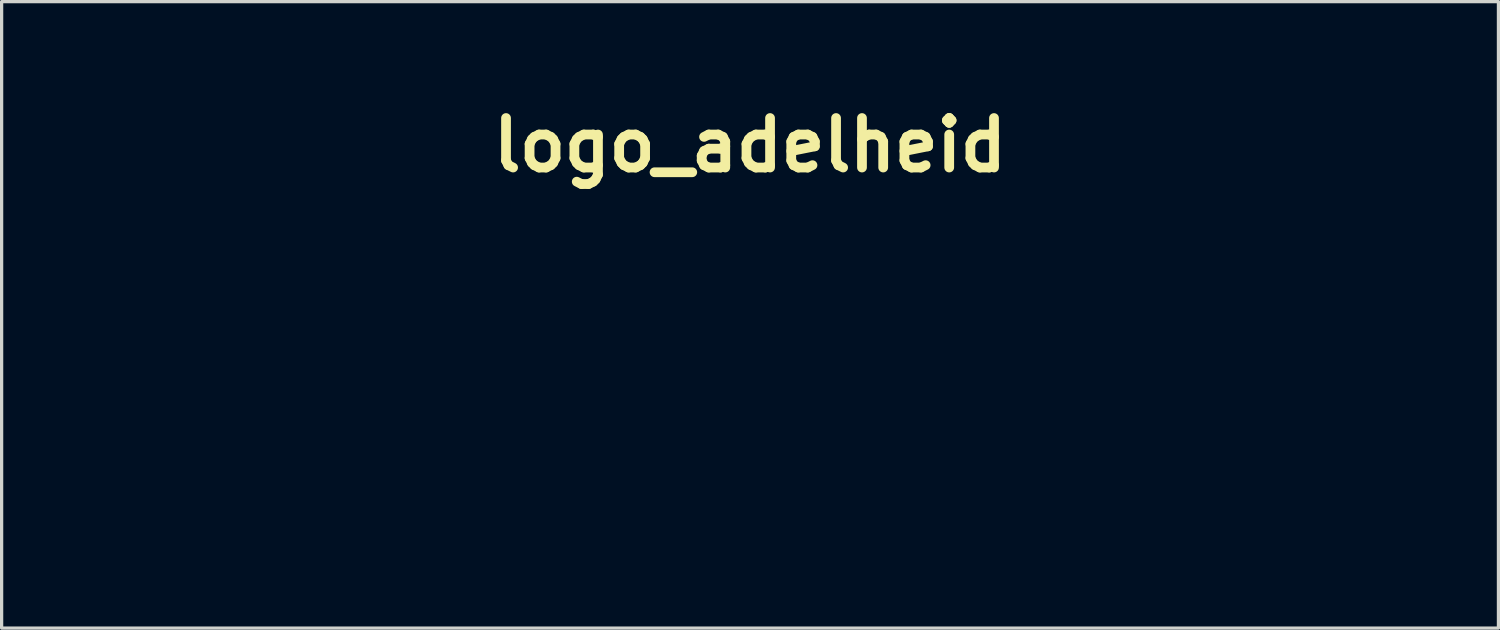
<source format=kicad_pcb>
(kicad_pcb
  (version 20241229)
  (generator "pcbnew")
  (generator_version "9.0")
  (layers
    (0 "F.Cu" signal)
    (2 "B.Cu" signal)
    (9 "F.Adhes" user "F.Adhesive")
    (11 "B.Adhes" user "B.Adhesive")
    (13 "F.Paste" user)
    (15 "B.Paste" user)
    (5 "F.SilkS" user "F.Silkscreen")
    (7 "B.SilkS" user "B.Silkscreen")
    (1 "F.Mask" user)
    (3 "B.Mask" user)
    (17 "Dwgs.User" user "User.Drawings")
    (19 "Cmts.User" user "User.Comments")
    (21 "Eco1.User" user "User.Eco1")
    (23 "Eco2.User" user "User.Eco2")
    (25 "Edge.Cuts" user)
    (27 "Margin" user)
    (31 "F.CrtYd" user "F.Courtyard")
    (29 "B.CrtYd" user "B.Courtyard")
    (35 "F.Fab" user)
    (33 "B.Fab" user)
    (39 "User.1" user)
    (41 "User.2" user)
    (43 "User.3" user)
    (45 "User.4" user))
  (footprint "logo_adelheid"
    (layer "F.Cu")
    (at 20.039 8.276)
    (property "Reference" "logo_adelheid" (at 0 -6.858 0) (layer "F.SilkS") (effects (font (size 1.524 1.524) (thickness 0.3))))
    (attr board_only exclude_from_pos_files exclude_from_bom)
    (fp_poly (pts (xy -8.968 2.079) (xy -8.993 2.104) (xy -9.018 2.079) (xy -8.993 2.054)) (stroke (width 0) (type solid)) (fill yes) (layer "F.Mask"))
    (fp_poly (pts (xy -8.968 4.083) (xy -8.993 4.108) (xy -9.018 4.083) (xy -8.993 4.058)) (stroke (width 0) (type solid)) (fill yes) (layer "F.Mask"))
    (fp_poly (pts (xy -8.016 2.079) (xy -8.041 2.104) (xy -8.066 2.079) (xy -8.041 2.054)) (stroke (width 0) (type solid)) (fill yes) (layer "F.Mask"))
    (fp_poly (pts (xy -8.016 4.083) (xy -8.041 4.108) (xy -8.066 4.083) (xy -8.041 4.058)) (stroke (width 0) (type solid)) (fill yes) (layer "F.Mask"))
    (fp_poly (pts (xy -9.485 2.872) (xy -9.492 2.902) (xy -9.519 2.906) (xy -9.56 2.887) (xy -9.552 2.872) (xy -9.493 2.866)) (stroke (width 0) (type solid)) (fill yes) (layer "F.Mask"))
    (fp_poly (pts (xy -7.481 2.872) (xy -7.488 2.902) (xy -7.515 2.906) (xy -7.556 2.887) (xy -7.548 2.872) (xy -7.489 2.866)) (stroke (width 0) (type solid)) (fill yes) (layer "F.Mask"))
    (fp_poly (pts (xy 9.92 1.801) (xy 11.598 1.829) (xy 11.629 2.254) (xy 9.469 2.254) (xy 9.469 0.15) (xy 9.92 0.15)) (stroke (width 0) (type solid)) (fill yes) (layer "F.Mask"))
    (fp_poly (pts (xy -13.189 -1.684) (xy -13.184 -1.621) (xy -13.243 -1.535) (xy -13.294 -1.512) (xy -13.363 -1.522) (xy -13.368 -1.586) (xy -13.309 -1.672) (xy -13.258 -1.695)) (stroke (width 0) (type solid)) (fill yes) (layer "F.Mask"))
    (fp_poly (pts (xy -12.788 0.42) (xy -12.784 0.483) (xy -12.842 0.57) (xy -12.893 0.593) (xy -12.962 0.582) (xy -12.967 0.519) (xy -12.908 0.432) (xy -12.858 0.409)) (stroke (width 0) (type solid)) (fill yes) (layer "F.Mask"))
    (fp_poly (pts (xy -4.531 3.839) (xy -4.519 3.908) (xy -4.565 3.975) (xy -4.622 3.998) (xy -4.693 3.98) (xy -4.709 3.911) (xy -4.676 3.826) (xy -4.605 3.807)) (stroke (width 0) (type solid)) (fill yes) (layer "F.Mask"))
    (fp_poly (pts (xy -2.969 3.849) (xy -2.956 3.908) (xy -2.991 3.988) (xy -3.067 4.006) (xy -3.131 3.958) (xy -3.138 3.874) (xy -3.073 3.815) (xy -3.028 3.807)) (stroke (width 0) (type solid)) (fill yes) (layer "F.Mask"))
    (fp_poly (pts (xy -1.566 -3.788) (xy -1.562 -3.725) (xy -1.62 -3.639) (xy -1.671 -3.616) (xy -1.74 -3.626) (xy -1.745 -3.69) (xy -1.686 -3.776) (xy -1.636 -3.799)) (stroke (width 0) (type solid)) (fill yes) (layer "F.Mask"))
    (fp_poly (pts (xy 0.215 -0.695) (xy 0.218 -0.629) (xy 0.166 -0.571) (xy 0.133 -0.56) (xy 0.063 -0.57) (xy 0.059 -0.634) (xy 0.107 -0.711) (xy 0.151 -0.726)) (stroke (width 0) (type solid)) (fill yes) (layer "F.Mask"))
    (fp_poly (pts (xy 20.039 5.01) (xy -20.039 5.01) (xy -20.039 4.809) (xy -19.889 4.809) (xy 19.839 4.809) (xy 19.839 -4.86) (xy -19.889 -4.86) (xy -19.889 4.809) (xy -20.039 4.809) (xy -20.039 -5.01) (xy 20.039 -5.01)) (stroke (width 0) (type solid)) (fill yes) (layer "F.Mask"))
    (fp_poly (pts (xy -9.439 -3.951) (xy -9.423 -3.916) (xy -9.44 -3.828) (xy -9.477 -3.701) (xy -9.526 -3.575) (xy -9.575 -3.511) (xy -9.61 -3.519) (xy -9.619 -3.576) (xy -9.604 -3.731) (xy -9.565 -3.865) (xy -9.513 -3.947) (xy -9.487 -3.958)) (stroke (width 0) (type solid)) (fill yes) (layer "F.Mask"))
    (fp_poly (pts (xy 6.112 -1.855) (xy 6.1 -1.734) (xy 6.054 -1.657) (xy 5.956 -1.616) (xy 5.791 -1.603) (xy 5.564 -1.611) (xy 5.26 -1.628) (xy 5.26 0.05) (xy 4.809 0.05) (xy 4.809 -1.599) (xy 3.983 -1.628) (xy 3.952 -2.054) (xy 6.112 -2.054)) (stroke (width 0) (type solid)) (fill yes) (layer "F.Mask"))
    (fp_poly (pts (xy -3.803 3.818) (xy -3.59 3.829) (xy -3.46 3.846) (xy -3.396 3.874) (xy -3.382 3.908) (xy -3.402 3.946) (xy -3.472 3.971) (xy -3.611 3.987) (xy -3.816 3.997) (xy -4.063 3.999) (xy -4.221 3.983) (xy -4.285 3.955) (xy -4.298 3.886) (xy -4.23 3.841) (xy -4.076 3.818) (xy -3.83 3.817)) (stroke (width 0) (type solid)) (fill yes) (layer "F.Mask"))
    (fp_poly (pts (xy -3.561 2.257) (xy -3.54 2.343) (xy -3.562 2.496) (xy -3.63 2.723) (xy -3.745 3.029) (xy -3.765 3.081) (xy -3.889 3.367) (xy -3.993 3.557) (xy -4.078 3.653) (xy -4.145 3.654) (xy -4.189 3.586) (xy -4.182 3.512) (xy -4.143 3.366) (xy -4.078 3.166) (xy -3.993 2.932) (xy -3.968 2.868) (xy -3.86 2.6) (xy -3.777 2.414) (xy -3.713 2.298) (xy -3.661 2.241) (xy -3.625 2.229)) (stroke (width 0) (type solid)) (fill yes) (layer "F.Mask"))
    (fp_poly (pts (xy 14.779 0.93) (xy 15.193 1.71) (xy 15.379 1.369) (xy 15.491 1.163) (xy 15.626 0.913) (xy 15.76 0.663) (xy 15.801 0.589) (xy 16.037 0.15) (xy 16.482 0.15) (xy 16.482 2.254) (xy 16.035 2.254) (xy 16.021 1.666) (xy 16.007 1.077) (xy 15.707 1.666) (xy 15.407 2.254) (xy 14.98 2.254) (xy 14.682 1.666) (xy 14.383 1.077) (xy 14.378 3.106) (xy 13.927 3.106) (xy 13.927 0.15) (xy 14.366 0.15)) (stroke (width 0) (type solid)) (fill yes) (layer "F.Mask"))
    (fp_poly (pts (xy -13.242 -1.38) (xy -13.226 -1.334) (xy -13.235 -1.249) (xy -13.258 -1.104) (xy -13.277 -1) (xy -13.302 -0.825) (xy -13.294 -0.728) (xy -13.27 -0.698) (xy -13.239 -0.633) (xy -13.248 -0.607) (xy -13.317 -0.56) (xy -13.406 -0.556) (xy -13.469 -0.593) (xy -13.477 -0.619) (xy -13.468 -0.705) (xy -13.445 -0.85) (xy -13.426 -0.954) (xy -13.401 -1.123) (xy -13.407 -1.219) (xy -13.438 -1.262) (xy -13.472 -1.307) (xy -13.426 -1.352) (xy -13.315 -1.398)) (stroke (width 0) (type solid)) (fill yes) (layer "F.Mask"))
    (fp_poly (pts (xy -12.841 0.724) (xy -12.825 0.77) (xy -12.834 0.855) (xy -12.857 1) (xy -12.876 1.105) (xy -12.901 1.279) (xy -12.893 1.376) (xy -12.869 1.406) (xy -12.838 1.472) (xy -12.847 1.497) (xy -12.916 1.544) (xy -13.006 1.548) (xy -13.069 1.511) (xy -13.076 1.485) (xy -13.067 1.399) (xy -13.044 1.254) (xy -13.025 1.15) (xy -13 0.981) (xy -13.006 0.885) (xy -13.038 0.842) (xy -13.072 0.797) (xy -13.026 0.752) (xy -12.915 0.706)) (stroke (width 0) (type solid)) (fill yes) (layer "F.Mask"))
    (fp_poly (pts (xy -1.619 -3.484) (xy -1.603 -3.439) (xy -1.612 -3.353) (xy -1.635 -3.208) (xy -1.654 -3.104) (xy -1.679 -2.929) (xy -1.671 -2.832) (xy -1.647 -2.802) (xy -1.616 -2.737) (xy -1.625 -2.711) (xy -1.694 -2.664) (xy -1.783 -2.66) (xy -1.846 -2.697) (xy -1.854 -2.724) (xy -1.845 -2.809) (xy -1.822 -2.954) (xy -1.803 -3.058) (xy -1.778 -3.227) (xy -1.784 -3.323) (xy -1.816 -3.366) (xy -1.85 -3.411) (xy -1.804 -3.456) (xy -1.693 -3.503)) (stroke (width 0) (type solid)) (fill yes) (layer "F.Mask"))
    (fp_poly (pts (xy 15.405 0.025) (xy 15.197 0.04) (xy 14.989 0.055) (xy 14.371 -0.66) (xy 13.752 -1.376) (xy 13.725 0.902) (xy 13.534 0.902) (xy 13.402 0.894) (xy 13.318 0.874) (xy 13.31 0.868) (xy 13.301 0.812) (xy 13.293 0.667) (xy 13.287 0.449) (xy 13.281 0.169) (xy 13.278 -0.16) (xy 13.276 -0.525) (xy 13.276 -0.61) (xy 13.276 -2.054) (xy 13.514 -2.051) (xy 13.752 -2.048) (xy 14.353 -1.339) (xy 14.954 -0.631) (xy 14.981 -3.106) (xy 15.432 -3.106)) (stroke (width 0) (type solid)) (fill yes) (layer "F.Mask"))
    (fp_poly (pts (xy -15.56 -1.894) (xy -15.539 -1.853) (xy -15.537 -1.766) (xy -15.554 -1.618) (xy -15.59 -1.393) (xy -15.61 -1.279) (xy -15.643 -1.065) (xy -15.664 -0.878) (xy -15.67 -0.748) (xy -15.667 -0.718) (xy -15.678 -0.615) (xy -15.717 -0.579) (xy -15.826 -0.553) (xy -15.865 -0.595) (xy -15.858 -0.664) (xy -15.807 -0.914) (xy -15.766 -1.163) (xy -15.736 -1.389) (xy -15.72 -1.572) (xy -15.72 -1.69) (xy -15.73 -1.723) (xy -15.746 -1.793) (xy -15.696 -1.866) (xy -15.609 -1.903) (xy -15.6 -1.904)) (stroke (width 0) (type solid)) (fill yes) (layer "F.Mask"))
    (fp_poly (pts (xy -13.256 0.211) (xy -13.235 0.251) (xy -13.232 0.338) (xy -13.249 0.486) (xy -13.285 0.711) (xy -13.305 0.825) (xy -13.338 1.039) (xy -13.359 1.226) (xy -13.365 1.356) (xy -13.362 1.387) (xy -13.373 1.489) (xy -13.413 1.525) (xy -13.521 1.551) (xy -13.561 1.509) (xy -13.553 1.44) (xy -13.503 1.19) (xy -13.461 0.942) (xy -13.431 0.715) (xy -13.415 0.533) (xy -13.416 0.414) (xy -13.426 0.381) (xy -13.441 0.311) (xy -13.392 0.238) (xy -13.305 0.201) (xy -13.295 0.2)) (stroke (width 0) (type solid)) (fill yes) (layer "F.Mask"))
    (fp_poly (pts (xy -15.716 1.025) (xy -15.709 1.031) (xy -15.638 1.161) (xy -15.662 1.306) (xy -15.754 1.43) (xy -15.905 1.53) (xy -16.059 1.544) (xy -16.192 1.469) (xy -16.199 1.461) (xy -16.251 1.369) (xy -16.115 1.369) (xy -16.057 1.444) (xy -15.957 1.442) (xy -15.86 1.374) (xy -15.796 1.266) (xy -15.786 1.152) (xy -15.832 1.077) (xy -15.935 1.063) (xy -16.041 1.119) (xy -16.109 1.22) (xy -16.111 1.228) (xy -16.115 1.369) (xy -16.251 1.369) (xy -16.274 1.329) (xy -16.252 1.196) (xy -16.159 1.075) (xy -16.009 0.976) (xy -15.851 0.959)) (stroke (width 0) (type solid)) (fill yes) (layer "F.Mask"))
    (fp_poly (pts (xy -17.339 -3.438) (xy -17.334 -3.401) (xy -17.355 -3.323) (xy -17.433 -3.321) (xy -17.437 -3.322) (xy -17.538 -3.301) (xy -17.634 -3.198) (xy -17.712 -3.03) (xy -17.755 -2.852) (xy -17.796 -2.708) (xy -17.859 -2.656) (xy -17.867 -2.655) (xy -17.919 -2.675) (xy -17.926 -2.752) (xy -17.915 -2.818) (xy -17.869 -3.065) (xy -17.846 -3.228) (xy -17.847 -3.321) (xy -17.87 -3.355) (xy -17.879 -3.357) (xy -17.932 -3.382) (xy -17.915 -3.436) (xy -17.849 -3.479) (xy -17.747 -3.472) (xy -17.705 -3.434) (xy -17.651 -3.382) (xy -17.599 -3.415) (xy -17.585 -3.431) (xy -17.49 -3.499) (xy -17.397 -3.5)) (stroke (width 0) (type solid)) (fill yes) (layer "F.Mask"))
    (fp_poly (pts (xy -14.233 2.874) (xy -14.228 2.912) (xy -14.249 2.989) (xy -14.327 2.992) (xy -14.331 2.991) (xy -14.432 3.012) (xy -14.527 3.115) (xy -14.605 3.283) (xy -14.649 3.461) (xy -14.689 3.604) (xy -14.753 3.657) (xy -14.761 3.657) (xy -14.813 3.637) (xy -14.82 3.56) (xy -14.809 3.494) (xy -14.763 3.247) (xy -14.74 3.084) (xy -14.741 2.992) (xy -14.764 2.957) (xy -14.773 2.956) (xy -14.826 2.93) (xy -14.809 2.877) (xy -14.743 2.833) (xy -14.641 2.841) (xy -14.599 2.878) (xy -14.545 2.931) (xy -14.493 2.897) (xy -14.479 2.881) (xy -14.384 2.814) (xy -14.29 2.813)) (stroke (width 0) (type solid)) (fill yes) (layer "F.Mask"))
    (fp_poly (pts (xy -6.418 -3.438) (xy -6.413 -3.401) (xy -6.433 -3.323) (xy -6.512 -3.321) (xy -6.516 -3.322) (xy -6.617 -3.301) (xy -6.712 -3.198) (xy -6.79 -3.03) (xy -6.833 -2.852) (xy -6.874 -2.708) (xy -6.938 -2.656) (xy -6.946 -2.655) (xy -6.998 -2.675) (xy -7.005 -2.752) (xy -6.994 -2.818) (xy -6.947 -3.065) (xy -6.925 -3.228) (xy -6.926 -3.321) (xy -6.949 -3.355) (xy -6.957 -3.357) (xy -7.011 -3.382) (xy -6.994 -3.436) (xy -6.927 -3.479) (xy -6.826 -3.472) (xy -6.784 -3.434) (xy -6.73 -3.382) (xy -6.677 -3.415) (xy -6.664 -3.431) (xy -6.568 -3.499) (xy -6.475 -3.5)) (stroke (width 0) (type solid)) (fill yes) (layer "F.Mask"))
    (fp_poly (pts (xy -3.362 -1.334) (xy -3.357 -1.297) (xy -3.377 -1.219) (xy -3.456 -1.217) (xy -3.46 -1.218) (xy -3.561 -1.197) (xy -3.656 -1.093) (xy -3.734 -0.926) (xy -3.777 -0.748) (xy -3.818 -0.604) (xy -3.882 -0.552) (xy -3.889 -0.551) (xy -3.942 -0.571) (xy -3.949 -0.648) (xy -3.938 -0.714) (xy -3.891 -0.961) (xy -3.869 -1.124) (xy -3.87 -1.217) (xy -3.893 -1.251) (xy -3.901 -1.252) (xy -3.955 -1.278) (xy -3.938 -1.332) (xy -3.871 -1.375) (xy -3.77 -1.368) (xy -3.728 -1.33) (xy -3.674 -1.277) (xy -3.621 -1.311) (xy -3.608 -1.327) (xy -3.512 -1.395) (xy -3.419 -1.396)) (stroke (width 0) (type solid)) (fill yes) (layer "F.Mask"))
    (fp_poly (pts (xy 0.145 0.77) (xy 0.15 0.807) (xy 0.13 0.885) (xy 0.051 0.887) (xy 0.047 0.886) (xy -0.054 0.907) (xy -0.149 1.011) (xy -0.227 1.179) (xy -0.27 1.356) (xy -0.311 1.5) (xy -0.375 1.553) (xy -0.383 1.553) (xy -0.435 1.533) (xy -0.442 1.456) (xy -0.431 1.39) (xy -0.384 1.143) (xy -0.362 0.98) (xy -0.363 0.888) (xy -0.386 0.853) (xy -0.394 0.852) (xy -0.448 0.826) (xy -0.431 0.773) (xy -0.365 0.729) (xy -0.263 0.737) (xy -0.221 0.774) (xy -0.167 0.827) (xy -0.114 0.793) (xy -0.101 0.777) (xy -0.005 0.709) (xy 0.088 0.708)) (stroke (width 0) (type solid)) (fill yes) (layer "F.Mask"))
    (fp_poly (pts (xy -12.031 0.734) (xy -11.94 0.819) (xy -11.923 0.887) (xy -11.954 0.945) (xy -12.024 0.936) (xy -12.097 0.871) (xy -12.185 0.81) (xy -12.282 0.83) (xy -12.373 0.917) (xy -12.442 1.053) (xy -12.474 1.225) (xy -12.475 1.254) (xy -12.453 1.37) (xy -12.374 1.426) (xy -12.354 1.431) (xy -12.218 1.434) (xy -12.132 1.407) (xy -12.022 1.359) (xy -11.988 1.367) (xy -12.034 1.426) (xy -12.067 1.455) (xy -12.21 1.529) (xy -12.372 1.552) (xy -12.505 1.515) (xy -12.569 1.444) (xy -12.62 1.363) (xy -12.653 1.204) (xy -12.61 1.033) (xy -12.509 0.875) (xy -12.367 0.756) (xy -12.201 0.702) (xy -12.177 0.701)) (stroke (width 0) (type solid)) (fill yes) (layer "F.Mask"))
    (fp_poly (pts (xy -2.762 -3.474) (xy -2.672 -3.389) (xy -2.655 -3.322) (xy -2.686 -3.263) (xy -2.756 -3.272) (xy -2.829 -3.338) (xy -2.917 -3.399) (xy -3.014 -3.378) (xy -3.104 -3.292) (xy -3.174 -3.155) (xy -3.206 -2.983) (xy -3.206 -2.954) (xy -3.185 -2.838) (xy -3.106 -2.783) (xy -3.086 -2.777) (xy -2.949 -2.775) (xy -2.864 -2.801) (xy -2.754 -2.849) (xy -2.719 -2.841) (xy -2.766 -2.782) (xy -2.799 -2.754) (xy -2.942 -2.679) (xy -3.104 -2.657) (xy -3.236 -2.694) (xy -3.301 -2.764) (xy -3.352 -2.846) (xy -3.385 -3.004) (xy -3.341 -3.175) (xy -3.24 -3.333) (xy -3.099 -3.452) (xy -2.933 -3.506) (xy -2.909 -3.507)) (stroke (width 0) (type solid)) (fill yes) (layer "F.Mask"))
    (fp_poly (pts (xy -17.433 2.82) (xy -17.298 2.896) (xy -17.209 3.033) (xy -17.184 3.186) (xy -17.228 3.372) (xy -17.345 3.523) (xy -17.51 3.622) (xy -17.697 3.657) (xy -17.881 3.612) (xy -17.901 3.602) (xy -18.015 3.482) (xy -18.054 3.315) (xy -18.049 3.294) (xy -17.885 3.294) (xy -17.852 3.454) (xy -17.763 3.541) (xy -17.637 3.547) (xy -17.492 3.467) (xy -17.457 3.434) (xy -17.372 3.314) (xy -17.334 3.192) (xy -17.334 3.187) (xy -17.37 3.05) (xy -17.46 2.944) (xy -17.565 2.906) (xy -17.673 2.948) (xy -17.781 3.053) (xy -17.861 3.186) (xy -17.885 3.294) (xy -18.049 3.294) (xy -18.015 3.135) (xy -17.904 2.961) (xy -17.756 2.851) (xy -17.592 2.804)) (stroke (width 0) (type solid)) (fill yes) (layer "F.Mask"))
    (fp_poly (pts (xy -15.679 -3.493) (xy -15.545 -3.416) (xy -15.456 -3.28) (xy -15.43 -3.126) (xy -15.475 -2.94) (xy -15.592 -2.79) (xy -15.756 -2.69) (xy -15.943 -2.656) (xy -16.128 -2.7) (xy -16.147 -2.711) (xy -16.261 -2.83) (xy -16.3 -2.997) (xy -16.296 -3.018) (xy -16.132 -3.018) (xy -16.098 -2.858) (xy -16.009 -2.772) (xy -15.883 -2.766) (xy -15.739 -2.846) (xy -15.704 -2.878) (xy -15.618 -2.999) (xy -15.581 -3.12) (xy -15.581 -3.125) (xy -15.617 -3.262) (xy -15.706 -3.368) (xy -15.812 -3.407) (xy -15.92 -3.364) (xy -16.027 -3.259) (xy -16.107 -3.126) (xy -16.132 -3.018) (xy -16.296 -3.018) (xy -16.262 -3.177) (xy -16.15 -3.352) (xy -16.002 -3.462) (xy -15.839 -3.508)) (stroke (width 0) (type solid)) (fill yes) (layer "F.Mask"))
    (fp_poly (pts (xy -9.467 -1.389) (xy -9.333 -1.312) (xy -9.243 -1.176) (xy -9.218 -1.022) (xy -9.263 -0.836) (xy -9.38 -0.686) (xy -9.544 -0.586) (xy -9.731 -0.551) (xy -9.915 -0.596) (xy -9.935 -0.607) (xy -10.049 -0.726) (xy -10.088 -0.893) (xy -10.083 -0.914) (xy -9.92 -0.914) (xy -9.886 -0.754) (xy -9.797 -0.668) (xy -9.671 -0.662) (xy -9.527 -0.742) (xy -9.491 -0.774) (xy -9.406 -0.894) (xy -9.369 -1.016) (xy -9.368 -1.021) (xy -9.405 -1.158) (xy -9.494 -1.264) (xy -9.6 -1.303) (xy -9.708 -1.26) (xy -9.815 -1.155) (xy -9.895 -1.022) (xy -9.92 -0.914) (xy -10.083 -0.914) (xy -10.05 -1.073) (xy -9.938 -1.248) (xy -9.79 -1.358) (xy -9.626 -1.404)) (stroke (width 0) (type solid)) (fill yes) (layer "F.Mask"))
    (fp_poly (pts (xy -5.76 -3.493) (xy -5.625 -3.416) (xy -5.536 -3.28) (xy -5.511 -3.126) (xy -5.555 -2.94) (xy -5.672 -2.79) (xy -5.837 -2.69) (xy -6.024 -2.656) (xy -6.208 -2.7) (xy -6.228 -2.711) (xy -6.342 -2.83) (xy -6.381 -2.997) (xy -6.376 -3.018) (xy -6.212 -3.018) (xy -6.179 -2.858) (xy -6.09 -2.772) (xy -5.964 -2.766) (xy -5.819 -2.846) (xy -5.784 -2.878) (xy -5.699 -2.999) (xy -5.661 -3.12) (xy -5.661 -3.125) (xy -5.697 -3.262) (xy -5.787 -3.368) (xy -5.892 -3.407) (xy -6 -3.364) (xy -6.108 -3.259) (xy -6.188 -3.126) (xy -6.212 -3.018) (xy -6.376 -3.018) (xy -6.342 -3.177) (xy -6.231 -3.352) (xy -6.083 -3.462) (xy -5.919 -3.508)) (stroke (width 0) (type solid)) (fill yes) (layer "F.Mask"))
    (fp_poly (pts (xy -1.752 0.716) (xy -1.617 0.792) (xy -1.528 0.928) (xy -1.503 1.082) (xy -1.548 1.268) (xy -1.664 1.418) (xy -1.829 1.518) (xy -2.016 1.553) (xy -2.2 1.508) (xy -2.22 1.497) (xy -2.334 1.378) (xy -2.373 1.211) (xy -2.368 1.19) (xy -2.204 1.19) (xy -2.171 1.35) (xy -2.082 1.436) (xy -1.956 1.443) (xy -1.812 1.363) (xy -1.776 1.33) (xy -1.691 1.21) (xy -1.653 1.088) (xy -1.653 1.083) (xy -1.69 0.946) (xy -1.779 0.84) (xy -1.885 0.802) (xy -1.992 0.844) (xy -2.1 0.949) (xy -2.18 1.082) (xy -2.204 1.19) (xy -2.368 1.19) (xy -2.335 1.031) (xy -2.223 0.856) (xy -2.075 0.746) (xy -1.911 0.7)) (stroke (width 0) (type solid)) (fill yes) (layer "F.Mask"))
    (fp_poly (pts (xy -1.701 -1.362) (xy -1.664 -1.254) (xy -1.667 -1.105) (xy -1.707 -0.937) (xy -1.782 -0.776) (xy -1.835 -0.703) (xy -1.961 -0.599) (xy -2.102 -0.55) (xy -2.226 -0.562) (xy -2.289 -0.614) (xy -2.31 -0.693) (xy -2.324 -0.84) (xy -2.33 -1.015) (xy -2.325 -1.201) (xy -2.309 -1.31) (xy -2.274 -1.365) (xy -2.238 -1.383) (xy -2.163 -1.398) (xy -2.125 -1.37) (xy -2.119 -1.284) (xy -2.142 -1.122) (xy -2.153 -1.056) (xy -2.178 -0.888) (xy -2.186 -0.757) (xy -2.179 -0.7) (xy -2.103 -0.653) (xy -2 -0.692) (xy -1.902 -0.789) (xy -1.834 -0.9) (xy -1.812 -1.022) (xy -1.821 -1.165) (xy -1.832 -1.315) (xy -1.815 -1.387) (xy -1.78 -1.403)) (stroke (width 0) (type solid)) (fill yes) (layer "F.Mask"))
    (fp_poly (pts (xy -0.85 -3.493) (xy -0.716 -3.416) (xy -0.626 -3.28) (xy -0.601 -3.126) (xy -0.646 -2.94) (xy -0.763 -2.79) (xy -0.927 -2.69) (xy -1.114 -2.656) (xy -1.299 -2.7) (xy -1.318 -2.711) (xy -1.432 -2.83) (xy -1.471 -2.997) (xy -1.466 -3.018) (xy -1.303 -3.018) (xy -1.269 -2.858) (xy -1.18 -2.772) (xy -1.054 -2.766) (xy -0.91 -2.846) (xy -0.874 -2.878) (xy -0.789 -2.999) (xy -0.752 -3.12) (xy -0.751 -3.125) (xy -0.788 -3.262) (xy -0.877 -3.368) (xy -0.983 -3.407) (xy -1.091 -3.364) (xy -1.198 -3.259) (xy -1.278 -3.126) (xy -1.303 -3.018) (xy -1.466 -3.018) (xy -1.433 -3.177) (xy -1.321 -3.352) (xy -1.173 -3.462) (xy -1.01 -3.508)) (stroke (width 0) (type solid)) (fill yes) (layer "F.Mask"))
    (fp_poly (pts (xy -8.929 -3.432) (xy -8.899 -3.397) (xy -8.868 -3.306) (xy -8.906 -3.272) (xy -8.99 -3.308) (xy -9.016 -3.33) (xy -9.116 -3.387) (xy -9.191 -3.389) (xy -9.262 -3.328) (xy -9.247 -3.246) (xy -9.152 -3.158) (xy -9.08 -3.119) (xy -8.938 -3.025) (xy -8.877 -2.923) (xy -8.904 -2.807) (xy -9.002 -2.719) (xy -9.144 -2.668) (xy -9.302 -2.665) (xy -9.431 -2.709) (xy -9.501 -2.781) (xy -9.515 -2.858) (xy -9.47 -2.904) (xy -9.45 -2.906) (xy -9.362 -2.87) (xy -9.318 -2.831) (xy -9.214 -2.761) (xy -9.11 -2.788) (xy -9.075 -2.823) (xy -9.058 -2.878) (xy -9.11 -2.942) (xy -9.206 -3.011) (xy -9.354 -3.139) (xy -9.406 -3.266) (xy -9.36 -3.389) (xy -9.325 -3.426) (xy -9.196 -3.489) (xy -9.05 -3.49)) (stroke (width 0) (type solid)) (fill yes) (layer "F.Mask"))
    (fp_poly (pts (xy -7.927 -1.327) (xy -7.897 -1.292) (xy -7.866 -1.202) (xy -7.904 -1.168) (xy -7.988 -1.204) (xy -8.014 -1.225) (xy -8.114 -1.282) (xy -8.189 -1.285) (xy -8.26 -1.224) (xy -8.245 -1.142) (xy -8.15 -1.054) (xy -8.078 -1.015) (xy -7.936 -0.921) (xy -7.875 -0.819) (xy -7.902 -0.703) (xy -8 -0.614) (xy -8.142 -0.563) (xy -8.3 -0.561) (xy -8.429 -0.605) (xy -8.499 -0.677) (xy -8.513 -0.754) (xy -8.468 -0.799) (xy -8.448 -0.802) (xy -8.36 -0.766) (xy -8.316 -0.726) (xy -8.212 -0.657) (xy -8.108 -0.684) (xy -8.073 -0.718) (xy -8.056 -0.774) (xy -8.108 -0.838) (xy -8.204 -0.906) (xy -8.352 -1.034) (xy -8.404 -1.162) (xy -8.358 -1.285) (xy -8.323 -1.322) (xy -8.194 -1.385) (xy -8.048 -1.386)) (stroke (width 0) (type solid)) (fill yes) (layer "F.Mask"))
    (fp_poly (pts (xy -8.71 -1.636) (xy -8.702 -1.548) (xy -8.705 -1.528) (xy -8.705 -1.431) (xy -8.648 -1.403) (xy -8.648 -1.403) (xy -8.578 -1.377) (xy -8.567 -1.353) (xy -8.609 -1.311) (xy -8.66 -1.303) (xy -8.723 -1.28) (xy -8.762 -1.196) (xy -8.785 -1.07) (xy -8.81 -0.881) (xy -8.814 -0.771) (xy -8.793 -0.724) (xy -8.741 -0.72) (xy -8.692 -0.731) (xy -8.591 -0.745) (xy -8.577 -0.721) (xy -8.648 -0.665) (xy -8.715 -0.628) (xy -8.88 -0.559) (xy -8.979 -0.56) (xy -9.007 -0.629) (xy -9.001 -0.664) (xy -8.978 -0.779) (xy -8.952 -0.945) (xy -8.939 -1.04) (xy -8.924 -1.198) (xy -8.934 -1.28) (xy -8.972 -1.304) (xy -8.974 -1.304) (xy -8.998 -1.327) (xy -8.937 -1.391) (xy -8.845 -1.489) (xy -8.801 -1.566) (xy -8.752 -1.645)) (stroke (width 0) (type solid)) (fill yes) (layer "F.Mask"))
    (fp_poly (pts (xy -2.197 -3.74) (xy -2.189 -3.653) (xy -2.192 -3.632) (xy -2.192 -3.535) (xy -2.135 -3.507) (xy -2.135 -3.507) (xy -2.065 -3.482) (xy -2.054 -3.457) (xy -2.096 -3.415) (xy -2.147 -3.407) (xy -2.21 -3.384) (xy -2.25 -3.301) (xy -2.273 -3.174) (xy -2.297 -2.985) (xy -2.301 -2.876) (xy -2.28 -2.828) (xy -2.229 -2.824) (xy -2.179 -2.835) (xy -2.078 -2.849) (xy -2.064 -2.825) (xy -2.135 -2.769) (xy -2.202 -2.732) (xy -2.368 -2.663) (xy -2.466 -2.664) (xy -2.494 -2.733) (xy -2.488 -2.768) (xy -2.466 -2.883) (xy -2.439 -3.049) (xy -2.426 -3.144) (xy -2.411 -3.302) (xy -2.421 -3.384) (xy -2.459 -3.408) (xy -2.461 -3.408) (xy -2.485 -3.431) (xy -2.425 -3.495) (xy -2.333 -3.593) (xy -2.288 -3.67) (xy -2.239 -3.749)) (stroke (width 0) (type solid)) (fill yes) (layer "F.Mask"))
    (fp_poly (pts (xy 10.721 -1.927) (xy 10.72 -1.547) (xy 10.718 -1.253) (xy 10.712 -1.032) (xy 10.702 -0.869) (xy 10.688 -0.75) (xy 10.668 -0.663) (xy 10.64 -0.592) (xy 10.625 -0.562) (xy 10.435 -0.289) (xy 10.19 -0.094) (xy 9.907 0.018) (xy 9.598 0.041) (xy 9.3 -0.023) (xy 9.042 -0.166) (xy 8.827 -0.384) (xy 8.712 -0.576) (xy 8.671 -0.686) (xy 8.643 -0.817) (xy 8.627 -0.993) (xy 8.619 -1.234) (xy 8.618 -1.415) (xy 8.617 -2.054) (xy 9.068 -2.054) (xy 9.068 -1.45) (xy 9.072 -1.149) (xy 9.087 -0.931) (xy 9.113 -0.781) (xy 9.144 -0.7) (xy 9.28 -0.536) (xy 9.468 -0.437) (xy 9.683 -0.405) (xy 9.898 -0.443) (xy 10.086 -0.553) (xy 10.131 -0.597) (xy 10.27 -0.753) (xy 10.27 -3.106) (xy 10.721 -3.106)) (stroke (width 0) (type solid)) (fill yes) (layer "F.Mask"))
    (fp_poly (pts (xy 12.799 0.107) (xy 12.817 0.15) (xy 12.853 0.231) (xy 12.925 0.387) (xy 13.027 0.603) (xy 13.151 0.864) (xy 13.291 1.154) (xy 13.344 1.265) (xy 13.822 2.254) (xy 13.301 2.254) (xy 13.054 1.716) (xy 12.955 1.502) (xy 12.87 1.322) (xy 12.808 1.195) (xy 12.778 1.142) (xy 12.747 1.17) (xy 12.684 1.275) (xy 12.596 1.438) (xy 12.494 1.646) (xy 12.478 1.68) (xy 12.207 2.254) (xy 11.965 2.254) (xy 11.825 2.248) (xy 11.738 2.233) (xy 11.723 2.222) (xy 11.744 2.172) (xy 11.8 2.046) (xy 11.885 1.861) (xy 11.992 1.633) (xy 12.112 1.376) (xy 12.239 1.107) (xy 12.366 0.84) (xy 12.485 0.592) (xy 12.588 0.378) (xy 12.668 0.213) (xy 12.719 0.113) (xy 12.725 0.102) (xy 12.763 0.062)) (stroke (width 0) (type solid)) (fill yes) (layer "F.Mask"))
    (fp_poly (pts (xy -4.077 2.264) (xy -4.074 2.267) (xy -4.048 2.313) (xy -4.048 2.389) (xy -4.077 2.512) (xy -4.139 2.701) (xy -4.177 2.808) (xy -4.286 3.111) (xy -4.369 3.332) (xy -4.433 3.484) (xy -4.485 3.579) (xy -4.531 3.632) (xy -4.578 3.653) (xy -4.625 3.657) (xy -4.74 3.633) (xy -4.797 3.595) (xy -4.833 3.525) (xy -4.894 3.382) (xy -4.971 3.185) (xy -5.056 2.955) (xy -5.062 2.94) (xy -5.15 2.693) (xy -5.206 2.522) (xy -5.234 2.41) (xy -5.236 2.339) (xy -5.216 2.292) (xy -5.196 2.268) (xy -5.129 2.223) (xy -5.067 2.236) (xy -5.003 2.315) (xy -4.931 2.47) (xy -4.844 2.71) (xy -4.808 2.816) (xy -4.64 3.33) (xy -4.464 2.793) (xy -4.369 2.523) (xy -4.289 2.343) (xy -4.217 2.245) (xy -4.148 2.222)) (stroke (width 0) (type solid)) (fill yes) (layer "F.Mask"))
    (fp_poly (pts (xy -0.362 -1.881) (xy -0.359 -1.825) (xy -0.371 -1.691) (xy -0.394 -1.502) (xy -0.419 -1.333) (xy -0.461 -1.061) (xy -0.486 -0.874) (xy -0.494 -0.754) (xy -0.486 -0.688) (xy -0.46 -0.659) (xy -0.415 -0.651) (xy -0.401 -0.651) (xy -0.319 -0.63) (xy -0.301 -0.601) (xy -0.347 -0.575) (xy -0.468 -0.557) (xy -0.626 -0.551) (xy -0.792 -0.558) (xy -0.909 -0.575) (xy -0.952 -0.598) (xy -0.909 -0.64) (xy -0.839 -0.66) (xy -0.765 -0.7) (xy -0.703 -0.803) (xy -0.65 -0.981) (xy -0.603 -1.243) (xy -0.582 -1.39) (xy -0.565 -1.543) (xy -0.57 -1.621) (xy -0.607 -1.649) (xy -0.675 -1.653) (xy -0.77 -1.67) (xy -0.802 -1.703) (xy -0.762 -1.75) (xy -0.739 -1.754) (xy -0.653 -1.776) (xy -0.534 -1.829) (xy -0.531 -1.83) (xy -0.425 -1.875) (xy -0.364 -1.883)) (stroke (width 0) (type solid)) (fill yes) (layer "F.Mask"))
    (fp_poly (pts (xy 1.354 -1.803) (xy 1.456 -1.696) (xy 1.51 -1.526) (xy 1.517 -1.319) (xy 1.482 -1.096) (xy 1.407 -0.882) (xy 1.294 -0.702) (xy 1.206 -0.615) (xy 1.052 -0.553) (xy 0.881 -0.567) (xy 0.733 -0.652) (xy 0.705 -0.683) (xy 0.625 -0.857) (xy 0.61 -1.019) (xy 0.771 -1.019) (xy 0.782 -0.844) (xy 0.839 -0.718) (xy 0.871 -0.69) (xy 0.99 -0.655) (xy 1.113 -0.715) (xy 1.149 -0.748) (xy 1.248 -0.89) (xy 1.313 -1.07) (xy 1.345 -1.266) (xy 1.344 -1.454) (xy 1.309 -1.613) (xy 1.241 -1.72) (xy 1.154 -1.753) (xy 1.041 -1.708) (xy 0.939 -1.586) (xy 0.856 -1.415) (xy 0.798 -1.217) (xy 0.771 -1.019) (xy 0.61 -1.019) (xy 0.604 -1.082) (xy 0.641 -1.328) (xy 0.697 -1.484) (xy 0.829 -1.692) (xy 0.992 -1.817) (xy 1.175 -1.854)) (stroke (width 0) (type solid)) (fill yes) (layer "F.Mask"))
    (fp_poly (pts (xy -17.012 -3.482) (xy -17.008 -3.384) (xy -17.03 -3.204) (xy -17.037 -3.158) (xy -17.061 -2.947) (xy -17.049 -2.82) (xy -16.995 -2.766) (xy -16.898 -2.776) (xy -16.895 -2.777) (xy -16.808 -2.849) (xy -16.72 -2.995) (xy -16.645 -3.191) (xy -16.606 -3.344) (xy -16.561 -3.464) (xy -16.498 -3.507) (xy -16.446 -3.48) (xy -16.452 -3.387) (xy -16.453 -3.382) (xy -16.501 -3.152) (xy -16.522 -2.968) (xy -16.514 -2.847) (xy -16.479 -2.806) (xy -16.447 -2.786) (xy -16.496 -2.722) (xy -16.5 -2.718) (xy -16.571 -2.659) (xy -16.618 -2.673) (xy -16.654 -2.718) (xy -16.712 -2.778) (xy -16.763 -2.753) (xy -16.783 -2.731) (xy -16.884 -2.67) (xy -17.016 -2.659) (xy -17.132 -2.696) (xy -17.176 -2.743) (xy -17.204 -2.856) (xy -17.212 -3.019) (xy -17.201 -3.196) (xy -17.174 -3.354) (xy -17.134 -3.46) (xy -17.115 -3.48) (xy -17.047 -3.51)) (stroke (width 0) (type solid)) (fill yes) (layer "F.Mask"))
    (fp_poly (pts (xy -4.087 -3.482) (xy -4.082 -3.384) (xy -4.104 -3.204) (xy -4.112 -3.158) (xy -4.136 -2.947) (xy -4.123 -2.82) (xy -4.07 -2.766) (xy -3.972 -2.776) (xy -3.97 -2.777) (xy -3.882 -2.849) (xy -3.794 -2.995) (xy -3.719 -3.191) (xy -3.681 -3.344) (xy -3.636 -3.464) (xy -3.573 -3.507) (xy -3.521 -3.48) (xy -3.526 -3.387) (xy -3.527 -3.382) (xy -3.576 -3.152) (xy -3.596 -2.968) (xy -3.588 -2.847) (xy -3.553 -2.806) (xy -3.521 -2.786) (xy -3.57 -2.722) (xy -3.574 -2.718) (xy -3.645 -2.659) (xy -3.692 -2.673) (xy -3.729 -2.718) (xy -3.787 -2.778) (xy -3.837 -2.753) (xy -3.857 -2.731) (xy -3.959 -2.67) (xy -4.091 -2.659) (xy -4.206 -2.696) (xy -4.25 -2.743) (xy -4.279 -2.856) (xy -4.286 -3.019) (xy -4.275 -3.196) (xy -4.248 -3.354) (xy -4.208 -3.46) (xy -4.189 -3.48) (xy -4.122 -3.51)) (stroke (width 0) (type solid)) (fill yes) (layer "F.Mask"))
    (fp_poly (pts (xy -8.296 0.278) (xy -8.152 0.351) (xy -8.073 0.455) (xy -8.066 0.501) (xy -8.091 0.603) (xy -8.146 0.621) (xy -8.207 0.55) (xy -8.213 0.534) (xy -8.303 0.415) (xy -8.442 0.362) (xy -8.604 0.372) (xy -8.768 0.44) (xy -8.909 0.562) (xy -8.97 0.656) (xy -9.05 0.883) (xy -9.059 1.091) (xy -9.005 1.264) (xy -8.894 1.386) (xy -8.734 1.44) (xy -8.627 1.435) (xy -8.459 1.385) (xy -8.308 1.304) (xy -8.306 1.302) (xy -8.211 1.241) (xy -8.172 1.242) (xy -8.166 1.277) (xy -8.211 1.365) (xy -8.327 1.45) (xy -8.487 1.517) (xy -8.66 1.551) (xy -8.704 1.553) (xy -8.885 1.53) (xy -9.035 1.445) (xy -9.077 1.409) (xy -9.177 1.305) (xy -9.224 1.201) (xy -9.237 1.049) (xy -9.237 1.018) (xy -9.194 0.74) (xy -9.071 0.514) (xy -8.88 0.351) (xy -8.633 0.263) (xy -8.483 0.25)) (stroke (width 0) (type solid)) (fill yes) (layer "F.Mask"))
    (fp_poly (pts (xy -14.539 -3.481) (xy -14.494 -3.444) (xy -14.473 -3.365) (xy -14.459 -3.217) (xy -14.453 -3.043) (xy -14.458 -2.857) (xy -14.474 -2.748) (xy -14.509 -2.693) (xy -14.545 -2.675) (xy -14.63 -2.66) (xy -14.657 -2.666) (xy -14.659 -2.722) (xy -14.646 -2.848) (xy -14.622 -3.001) (xy -14.595 -3.213) (xy -14.608 -3.341) (xy -14.665 -3.395) (xy -14.769 -3.385) (xy -14.775 -3.383) (xy -14.891 -3.297) (xy -14.987 -3.13) (xy -15.053 -2.899) (xy -15.06 -2.861) (xy -15.098 -2.721) (xy -15.15 -2.657) (xy -15.161 -2.655) (xy -15.224 -2.679) (xy -15.23 -2.696) (xy -15.221 -2.764) (xy -15.199 -2.898) (xy -15.176 -3.029) (xy -15.149 -3.211) (xy -15.153 -3.316) (xy -15.178 -3.356) (xy -15.199 -3.406) (xy -15.152 -3.459) (xy -15.078 -3.501) (xy -15.019 -3.459) (xy -15.006 -3.442) (xy -14.949 -3.384) (xy -14.898 -3.41) (xy -14.88 -3.431) (xy -14.784 -3.488) (xy -14.655 -3.505)) (stroke (width 0) (type solid)) (fill yes) (layer "F.Mask"))
    (fp_poly (pts (xy -12.831 -3.949) (xy -12.781 -3.919) (xy -12.818 -3.862) (xy -12.848 -3.838) (xy -12.887 -3.767) (xy -12.931 -3.623) (xy -12.975 -3.436) (xy -13.014 -3.233) (xy -13.043 -3.041) (xy -13.056 -2.888) (xy -13.048 -2.801) (xy -13.046 -2.798) (xy -12.98 -2.772) (xy -12.847 -2.768) (xy -12.679 -2.782) (xy -12.506 -2.814) (xy -12.44 -2.832) (xy -12.362 -2.844) (xy -12.351 -2.793) (xy -12.359 -2.76) (xy -12.378 -2.712) (xy -12.419 -2.682) (xy -12.502 -2.665) (xy -12.644 -2.657) (xy -12.866 -2.655) (xy -12.887 -2.655) (xy -13.114 -2.657) (xy -13.255 -2.662) (xy -13.326 -2.676) (xy -13.343 -2.699) (xy -13.321 -2.736) (xy -13.32 -2.737) (xy -13.28 -2.823) (xy -13.236 -2.975) (xy -13.194 -3.167) (xy -13.157 -3.374) (xy -13.13 -3.568) (xy -13.118 -3.725) (xy -13.125 -3.819) (xy -13.131 -3.83) (xy -13.173 -3.902) (xy -13.129 -3.944) (xy -12.992 -3.958) (xy -12.976 -3.958)) (stroke (width 0) (type solid)) (fill yes) (layer "F.Mask"))
    (fp_poly (pts (xy -11.428 2.35) (xy -11.431 2.468) (xy -11.444 2.618) (xy -11.46 2.786) (xy -11.458 2.87) (xy -11.436 2.884) (xy -11.416 2.868) (xy -11.291 2.804) (xy -11.153 2.817) (xy -11.029 2.895) (xy -10.944 3.021) (xy -10.921 3.14) (xy -10.964 3.36) (xy -11.084 3.523) (xy -11.273 3.621) (xy -11.512 3.647) (xy -11.755 3.636) (xy -11.702 3.334) (xy -11.573 3.334) (xy -11.539 3.457) (xy -11.457 3.541) (xy -11.399 3.557) (xy -11.32 3.53) (xy -11.237 3.482) (xy -11.141 3.372) (xy -11.095 3.232) (xy -11.097 3.089) (xy -11.146 2.972) (xy -11.239 2.91) (xy -11.275 2.906) (xy -11.366 2.948) (xy -11.462 3.055) (xy -11.538 3.191) (xy -11.572 3.325) (xy -11.573 3.334) (xy -11.702 3.334) (xy -11.663 3.108) (xy -11.627 2.879) (xy -11.603 2.678) (xy -11.593 2.531) (xy -11.597 2.473) (xy -11.58 2.368) (xy -11.487 2.31) (xy -11.437 2.305)) (stroke (width 0) (type solid)) (fill yes) (layer "F.Mask"))
    (fp_poly (pts (xy -10.071 2.844) (xy -10.04 2.946) (xy -10.056 3.097) (xy -10.111 3.278) (xy -10.201 3.474) (xy -10.319 3.666) (xy -10.46 3.838) (xy -10.544 3.919) (xy -10.651 3.983) (xy -10.752 4.005) (xy -10.815 3.982) (xy -10.821 3.958) (xy -10.78 3.916) (xy -10.73 3.908) (xy -10.634 3.873) (xy -10.527 3.789) (xy -10.521 3.782) (xy -10.45 3.698) (xy -10.449 3.663) (xy -10.486 3.657) (xy -10.588 3.61) (xy -10.667 3.475) (xy -10.717 3.264) (xy -10.729 3.131) (xy -10.735 2.963) (xy -10.725 2.87) (xy -10.691 2.828) (xy -10.646 2.816) (xy -10.59 2.817) (xy -10.562 2.855) (xy -10.556 2.952) (xy -10.561 3.092) (xy -10.556 3.297) (xy -10.52 3.451) (xy -10.459 3.536) (xy -10.381 3.538) (xy -10.373 3.533) (xy -10.288 3.434) (xy -10.224 3.276) (xy -10.193 3.098) (xy -10.199 2.978) (xy -10.212 2.859) (xy -10.185 2.811) (xy -10.154 2.806)) (stroke (width 0) (type solid)) (fill yes) (layer "F.Mask"))
    (fp_poly (pts (xy -3.458 0.739) (xy -3.427 0.842) (xy -3.443 0.993) (xy -3.498 1.174) (xy -3.588 1.369) (xy -3.706 1.562) (xy -3.847 1.734) (xy -3.931 1.814) (xy -4.038 1.879) (xy -4.139 1.901) (xy -4.201 1.878) (xy -4.208 1.854) (xy -4.167 1.812) (xy -4.117 1.804) (xy -4.021 1.769) (xy -3.914 1.685) (xy -3.908 1.678) (xy -3.837 1.594) (xy -3.836 1.558) (xy -3.873 1.553) (xy -3.975 1.506) (xy -4.054 1.371) (xy -4.104 1.16) (xy -4.116 1.027) (xy -4.122 0.859) (xy -4.112 0.766) (xy -4.078 0.724) (xy -4.033 0.712) (xy -3.977 0.713) (xy -3.949 0.751) (xy -3.943 0.848) (xy -3.948 0.988) (xy -3.943 1.193) (xy -3.907 1.346) (xy -3.846 1.432) (xy -3.768 1.434) (xy -3.76 1.429) (xy -3.675 1.33) (xy -3.611 1.171) (xy -3.58 0.994) (xy -3.586 0.874) (xy -3.599 0.755) (xy -3.572 0.707) (xy -3.541 0.701)) (stroke (width 0) (type solid)) (fill yes) (layer "F.Mask"))
    (fp_poly (pts (xy -2.961 0.246) (xy -2.964 0.364) (xy -2.978 0.514) (xy -2.993 0.682) (xy -2.991 0.766) (xy -2.969 0.78) (xy -2.949 0.764) (xy -2.824 0.7) (xy -2.687 0.713) (xy -2.562 0.79) (xy -2.477 0.917) (xy -2.455 1.036) (xy -2.497 1.256) (xy -2.618 1.419) (xy -2.806 1.517) (xy -3.045 1.543) (xy -3.288 1.532) (xy -3.235 1.23) (xy -3.106 1.23) (xy -3.072 1.352) (xy -2.99 1.437) (xy -2.932 1.453) (xy -2.853 1.426) (xy -2.771 1.378) (xy -2.675 1.268) (xy -2.629 1.127) (xy -2.631 0.985) (xy -2.679 0.868) (xy -2.772 0.806) (xy -2.808 0.802) (xy -2.9 0.844) (xy -2.995 0.95) (xy -3.072 1.087) (xy -3.106 1.221) (xy -3.106 1.23) (xy -3.235 1.23) (xy -3.196 1.004) (xy -3.161 0.775) (xy -3.137 0.574) (xy -3.127 0.427) (xy -3.13 0.368) (xy -3.113 0.264) (xy -3.021 0.206) (xy -2.97 0.2)) (stroke (width 0) (type solid)) (fill yes) (layer "F.Mask"))
    (fp_poly (pts (xy 0.291 -3.481) (xy 0.335 -3.444) (xy 0.356 -3.365) (xy 0.37 -3.217) (xy 0.376 -3.043) (xy 0.371 -2.857) (xy 0.355 -2.748) (xy 0.32 -2.693) (xy 0.284 -2.675) (xy 0.199 -2.66) (xy 0.172 -2.666) (xy 0.17 -2.722) (xy 0.183 -2.848) (xy 0.207 -3.001) (xy 0.234 -3.213) (xy 0.221 -3.341) (xy 0.164 -3.395) (xy 0.06 -3.385) (xy 0.055 -3.383) (xy -0.061 -3.297) (xy -0.158 -3.13) (xy -0.224 -2.899) (xy -0.23 -2.861) (xy -0.268 -2.721) (xy -0.321 -2.657) (xy -0.332 -2.655) (xy -0.395 -2.679) (xy -0.401 -2.696) (xy -0.392 -2.764) (xy -0.37 -2.898) (xy -0.347 -3.029) (xy -0.32 -3.211) (xy -0.323 -3.316) (xy -0.349 -3.356) (xy -0.369 -3.406) (xy -0.323 -3.459) (xy -0.248 -3.501) (xy -0.19 -3.459) (xy -0.177 -3.442) (xy -0.12 -3.384) (xy -0.069 -3.41) (xy -0.051 -3.431) (xy 0.045 -3.488) (xy 0.175 -3.505)) (stroke (width 0) (type solid)) (fill yes) (layer "F.Mask"))
    (fp_poly (pts (xy -17.308 0.258) (xy -17.218 0.279) (xy -17.209 0.301) (xy -17.275 0.334) (xy -17.398 0.351) (xy -17.425 0.351) (xy -17.593 0.365) (xy -17.69 0.419) (xy -17.743 0.532) (xy -17.759 0.603) (xy -17.792 0.78) (xy -17.593 0.761) (xy -17.4 0.781) (xy -17.264 0.868) (xy -17.191 1.002) (xy -17.191 1.163) (xy -17.27 1.331) (xy -17.339 1.408) (xy -17.507 1.514) (xy -17.696 1.558) (xy -17.875 1.538) (xy -18.009 1.455) (xy -18.063 1.354) (xy -18.061 1.258) (xy -18.006 1.205) (xy -17.986 1.202) (xy -17.931 1.244) (xy -17.883 1.334) (xy -17.835 1.422) (xy -17.762 1.446) (xy -17.671 1.433) (xy -17.501 1.364) (xy -17.408 1.234) (xy -17.384 1.069) (xy -17.419 0.932) (xy -17.517 0.867) (xy -17.667 0.878) (xy -17.786 0.927) (xy -17.948 1.011) (xy -17.914 0.819) (xy -17.875 0.63) (xy -17.831 0.443) (xy -17.83 0.438) (xy -17.781 0.25) (xy -17.48 0.25)) (stroke (width 0) (type solid)) (fill yes) (layer "F.Mask"))
    (fp_poly (pts (xy -16.224 -1.389) (xy -16.11 -1.324) (xy -16.059 -1.237) (xy -16.086 -1.145) (xy -16.177 -1.051) (xy -16.327 -0.967) (xy -16.492 -0.912) (xy -16.581 -0.902) (xy -16.666 -0.867) (xy -16.683 -0.803) (xy -16.641 -0.714) (xy -16.532 -0.668) (xy -16.383 -0.671) (xy -16.279 -0.702) (xy -16.153 -0.741) (xy -16.103 -0.732) (xy -16.136 -0.685) (xy -16.225 -0.63) (xy -16.441 -0.557) (xy -16.627 -0.571) (xy -16.772 -0.674) (xy -16.779 -0.683) (xy -16.854 -0.787) (xy -16.877 -0.87) (xy -16.853 -0.973) (xy -16.832 -1.026) (xy -16.66 -1.026) (xy -16.613 -1.003) (xy -16.588 -1.002) (xy -16.465 -1.02) (xy -16.36 -1.051) (xy -16.263 -1.118) (xy -16.234 -1.203) (xy -16.281 -1.272) (xy -16.303 -1.283) (xy -16.416 -1.279) (xy -16.539 -1.211) (xy -16.633 -1.101) (xy -16.633 -1.101) (xy -16.66 -1.026) (xy -16.832 -1.026) (xy -16.812 -1.075) (xy -16.708 -1.229) (xy -16.557 -1.339) (xy -16.387 -1.395)) (stroke (width 0) (type solid)) (fill yes) (layer "F.Mask"))
    (fp_poly (pts (xy -15.172 2.819) (xy -15.058 2.884) (xy -15.007 2.972) (xy -15.034 3.064) (xy -15.125 3.157) (xy -15.275 3.242) (xy -15.44 3.296) (xy -15.529 3.307) (xy -15.614 3.341) (xy -15.631 3.406) (xy -15.589 3.494) (xy -15.48 3.54) (xy -15.331 3.537) (xy -15.227 3.506) (xy -15.101 3.467) (xy -15.05 3.476) (xy -15.083 3.523) (xy -15.173 3.578) (xy -15.389 3.652) (xy -15.574 3.637) (xy -15.72 3.534) (xy -15.727 3.525) (xy -15.802 3.422) (xy -15.825 3.339) (xy -15.801 3.235) (xy -15.78 3.183) (xy -15.608 3.183) (xy -15.561 3.206) (xy -15.536 3.206) (xy -15.413 3.188) (xy -15.308 3.157) (xy -15.211 3.09) (xy -15.182 3.006) (xy -15.229 2.936) (xy -15.251 2.925) (xy -15.364 2.929) (xy -15.487 2.997) (xy -15.581 3.107) (xy -15.581 3.107) (xy -15.608 3.183) (xy -15.78 3.183) (xy -15.76 3.133) (xy -15.656 2.979) (xy -15.505 2.87) (xy -15.335 2.813)) (stroke (width 0) (type solid)) (fill yes) (layer "F.Mask"))
    (fp_poly (pts (xy -13.82 -1.389) (xy -13.706 -1.324) (xy -13.654 -1.237) (xy -13.681 -1.145) (xy -13.773 -1.051) (xy -13.922 -0.967) (xy -14.088 -0.912) (xy -14.176 -0.902) (xy -14.261 -0.867) (xy -14.278 -0.803) (xy -14.236 -0.714) (xy -14.127 -0.668) (xy -13.978 -0.671) (xy -13.875 -0.702) (xy -13.749 -0.741) (xy -13.698 -0.732) (xy -13.731 -0.685) (xy -13.82 -0.63) (xy -14.036 -0.557) (xy -14.222 -0.571) (xy -14.367 -0.674) (xy -14.375 -0.683) (xy -14.449 -0.787) (xy -14.472 -0.87) (xy -14.448 -0.973) (xy -14.427 -1.026) (xy -14.255 -1.026) (xy -14.208 -1.003) (xy -14.183 -1.002) (xy -14.06 -1.02) (xy -13.956 -1.051) (xy -13.858 -1.118) (xy -13.829 -1.203) (xy -13.876 -1.272) (xy -13.898 -1.283) (xy -14.011 -1.279) (xy -14.134 -1.211) (xy -14.229 -1.101) (xy -14.229 -1.101) (xy -14.255 -1.026) (xy -14.427 -1.026) (xy -14.407 -1.075) (xy -14.303 -1.229) (xy -14.152 -1.339) (xy -13.982 -1.395)) (stroke (width 0) (type solid)) (fill yes) (layer "F.Mask"))
    (fp_poly (pts (xy -13.569 2.819) (xy -13.455 2.884) (xy -13.404 2.972) (xy -13.431 3.064) (xy -13.522 3.157) (xy -13.672 3.242) (xy -13.837 3.296) (xy -13.926 3.307) (xy -14.011 3.341) (xy -14.028 3.406) (xy -13.985 3.494) (xy -13.876 3.54) (xy -13.728 3.537) (xy -13.624 3.506) (xy -13.498 3.467) (xy -13.447 3.476) (xy -13.48 3.523) (xy -13.57 3.578) (xy -13.786 3.652) (xy -13.971 3.637) (xy -14.117 3.534) (xy -14.124 3.525) (xy -14.198 3.422) (xy -14.222 3.339) (xy -14.198 3.235) (xy -14.177 3.183) (xy -14.005 3.183) (xy -13.958 3.206) (xy -13.932 3.206) (xy -13.809 3.188) (xy -13.705 3.157) (xy -13.608 3.09) (xy -13.579 3.006) (xy -13.626 2.936) (xy -13.648 2.925) (xy -13.76 2.929) (xy -13.884 2.997) (xy -13.978 3.107) (xy -13.978 3.107) (xy -14.005 3.183) (xy -14.177 3.183) (xy -14.157 3.133) (xy -14.053 2.979) (xy -13.902 2.87) (xy -13.732 2.813)) (stroke (width 0) (type solid)) (fill yes) (layer "F.Mask"))
    (fp_poly (pts (xy -11.215 0.715) (xy -11.101 0.78) (xy -11.049 0.868) (xy -11.076 0.96) (xy -11.168 1.053) (xy -11.317 1.137) (xy -11.483 1.192) (xy -11.571 1.202) (xy -11.656 1.237) (xy -11.673 1.302) (xy -11.631 1.39) (xy -11.522 1.436) (xy -11.373 1.433) (xy -11.27 1.402) (xy -11.143 1.363) (xy -11.093 1.372) (xy -11.126 1.419) (xy -11.215 1.474) (xy -11.431 1.548) (xy -11.617 1.533) (xy -11.762 1.43) (xy -11.77 1.421) (xy -11.844 1.317) (xy -11.867 1.235) (xy -11.843 1.131) (xy -11.822 1.079) (xy -11.65 1.079) (xy -11.603 1.101) (xy -11.578 1.102) (xy -11.455 1.084) (xy -11.351 1.053) (xy -11.253 0.986) (xy -11.224 0.902) (xy -11.271 0.832) (xy -11.293 0.821) (xy -11.406 0.825) (xy -11.529 0.893) (xy -11.623 1.003) (xy -11.623 1.003) (xy -11.65 1.079) (xy -11.822 1.079) (xy -11.802 1.029) (xy -11.698 0.875) (xy -11.547 0.766) (xy -11.377 0.709)) (stroke (width 0) (type solid)) (fill yes) (layer "F.Mask"))
    (fp_poly (pts (xy -4.451 0.715) (xy -4.337 0.78) (xy -4.286 0.868) (xy -4.313 0.96) (xy -4.404 1.053) (xy -4.554 1.137) (xy -4.719 1.192) (xy -4.808 1.202) (xy -4.893 1.237) (xy -4.91 1.302) (xy -4.867 1.39) (xy -4.758 1.436) (xy -4.61 1.433) (xy -4.506 1.402) (xy -4.38 1.363) (xy -4.329 1.372) (xy -4.362 1.419) (xy -4.452 1.474) (xy -4.668 1.548) (xy -4.853 1.533) (xy -4.999 1.43) (xy -5.006 1.421) (xy -5.08 1.317) (xy -5.104 1.235) (xy -5.08 1.131) (xy -5.059 1.079) (xy -4.887 1.079) (xy -4.84 1.101) (xy -4.814 1.102) (xy -4.691 1.084) (xy -4.587 1.053) (xy -4.49 0.986) (xy -4.461 0.902) (xy -4.508 0.832) (xy -4.53 0.821) (xy -4.642 0.825) (xy -4.766 0.893) (xy -4.86 1.003) (xy -4.86 1.003) (xy -4.887 1.079) (xy -5.059 1.079) (xy -5.039 1.029) (xy -4.935 0.875) (xy -4.784 0.766) (xy -4.614 0.709)) (stroke (width 0) (type solid)) (fill yes) (layer "F.Mask"))
    (fp_poly (pts (xy -2.698 -1.389) (xy -2.584 -1.324) (xy -2.532 -1.237) (xy -2.559 -1.145) (xy -2.651 -1.051) (xy -2.8 -0.967) (xy -2.966 -0.912) (xy -3.054 -0.902) (xy -3.139 -0.867) (xy -3.156 -0.803) (xy -3.114 -0.714) (xy -3.005 -0.668) (xy -2.856 -0.671) (xy -2.753 -0.702) (xy -2.627 -0.741) (xy -2.576 -0.732) (xy -2.609 -0.685) (xy -2.698 -0.63) (xy -2.914 -0.557) (xy -3.1 -0.571) (xy -3.245 -0.674) (xy -3.253 -0.683) (xy -3.327 -0.787) (xy -3.35 -0.87) (xy -3.326 -0.973) (xy -3.305 -1.026) (xy -3.133 -1.026) (xy -3.086 -1.003) (xy -3.061 -1.002) (xy -2.938 -1.02) (xy -2.834 -1.051) (xy -2.736 -1.118) (xy -2.707 -1.203) (xy -2.754 -1.272) (xy -2.777 -1.283) (xy -2.889 -1.279) (xy -3.012 -1.211) (xy -3.107 -1.101) (xy -3.107 -1.101) (xy -3.133 -1.026) (xy -3.305 -1.026) (xy -3.285 -1.075) (xy -3.181 -1.229) (xy -3.03 -1.339) (xy -2.86 -1.395)) (stroke (width 0) (type solid)) (fill yes) (layer "F.Mask"))
    (fp_poly (pts (xy 8.222 -1.86) (xy 8.339 -1.73) (xy 8.398 -1.62) (xy 8.416 -1.488) (xy 8.417 -1.44) (xy 8.372 -1.196) (xy 8.243 -1.001) (xy 8.037 -0.863) (xy 7.855 -0.805) (xy 7.72 -0.777) (xy 8.167 0.025) (xy 8.31 0.282) (xy 8.433 0.509) (xy 8.531 0.691) (xy 8.594 0.815) (xy 8.616 0.864) (xy 8.572 0.888) (xy 8.462 0.901) (xy 8.421 0.902) (xy 8.28 0.888) (xy 8.19 0.83) (xy 8.127 0.739) (xy 8.058 0.619) (xy 7.958 0.442) (xy 7.836 0.223) (xy 7.701 -0.024) (xy 7.56 -0.282) (xy 7.423 -0.536) (xy 7.296 -0.77) (xy 7.19 -0.971) (xy 7.111 -1.121) (xy 7.069 -1.206) (xy 7.064 -1.219) (xy 7.11 -1.234) (xy 7.234 -1.248) (xy 7.413 -1.259) (xy 7.502 -1.263) (xy 7.941 -1.278) (xy 7.941 -1.578) (xy 6.766 -1.606) (xy 6.738 0.025) (xy 6.525 0.04) (xy 6.312 0.056) (xy 6.312 -2.054) (xy 8.028 -2.054)) (stroke (width 0) (type solid)) (fill yes) (layer "F.Mask"))
    (fp_poly (pts (xy -11.654 -3.49) (xy -11.596 -3.454) (xy -11.54 -3.432) (xy -11.493 -3.461) (xy -11.445 -3.483) (xy -11.425 -3.441) (xy -11.433 -3.324) (xy -11.468 -3.121) (xy -11.471 -3.106) (xy -11.49 -2.946) (xy -11.477 -2.846) (xy -11.469 -2.833) (xy -11.425 -2.754) (xy -11.479 -2.696) (xy -11.506 -2.684) (xy -11.596 -2.687) (xy -11.629 -2.716) (xy -11.677 -2.754) (xy -11.731 -2.717) (xy -11.848 -2.663) (xy -11.998 -2.672) (xy -12.081 -2.706) (xy -12.173 -2.81) (xy -12.197 -2.94) (xy -12.04 -2.94) (xy -12.025 -2.883) (xy -11.951 -2.776) (xy -11.85 -2.765) (xy -11.793 -2.794) (xy -11.711 -2.889) (xy -11.652 -3.029) (xy -11.623 -3.182) (xy -11.63 -3.312) (xy -11.673 -3.382) (xy -11.78 -3.399) (xy -11.887 -3.341) (xy -11.976 -3.229) (xy -12.033 -3.088) (xy -12.04 -2.94) (xy -12.197 -2.94) (xy -12.2 -2.957) (xy -12.171 -3.124) (xy -12.097 -3.285) (xy -11.986 -3.417) (xy -11.848 -3.495) (xy -11.767 -3.507)) (stroke (width 0) (type solid)) (fill yes) (layer "F.Mask"))
    (fp_poly (pts (xy -5.943 -1.386) (xy -5.885 -1.35) (xy -5.829 -1.328) (xy -5.782 -1.356) (xy -5.734 -1.379) (xy -5.714 -1.337) (xy -5.722 -1.22) (xy -5.757 -1.017) (xy -5.76 -1.002) (xy -5.779 -0.842) (xy -5.766 -0.742) (xy -5.758 -0.729) (xy -5.714 -0.65) (xy -5.767 -0.592) (xy -5.795 -0.58) (xy -5.885 -0.583) (xy -5.918 -0.612) (xy -5.966 -0.65) (xy -6.02 -0.613) (xy -6.137 -0.559) (xy -6.286 -0.568) (xy -6.369 -0.602) (xy -6.461 -0.706) (xy -6.485 -0.836) (xy -6.328 -0.836) (xy -6.313 -0.779) (xy -6.24 -0.672) (xy -6.139 -0.661) (xy -6.082 -0.69) (xy -6 -0.784) (xy -5.941 -0.925) (xy -5.912 -1.078) (xy -5.919 -1.208) (xy -5.962 -1.278) (xy -6.069 -1.295) (xy -6.175 -1.236) (xy -6.265 -1.125) (xy -6.321 -0.984) (xy -6.328 -0.836) (xy -6.485 -0.836) (xy -6.489 -0.853) (xy -6.46 -1.02) (xy -6.386 -1.181) (xy -6.275 -1.312) (xy -6.136 -1.391) (xy -6.056 -1.403)) (stroke (width 0) (type solid)) (fill yes) (layer "F.Mask"))
    (fp_poly (pts (xy -0.883 0.719) (xy -0.825 0.754) (xy -0.769 0.776) (xy -0.722 0.748) (xy -0.674 0.725) (xy -0.654 0.767) (xy -0.662 0.884) (xy -0.697 1.087) (xy -0.7 1.102) (xy -0.719 1.262) (xy -0.706 1.363) (xy -0.698 1.375) (xy -0.654 1.454) (xy -0.707 1.512) (xy -0.735 1.524) (xy -0.825 1.521) (xy -0.858 1.493) (xy -0.906 1.454) (xy -0.96 1.491) (xy -1.077 1.545) (xy -1.227 1.536) (xy -1.309 1.502) (xy -1.402 1.398) (xy -1.425 1.268) (xy -1.268 1.268) (xy -1.253 1.325) (xy -1.18 1.432) (xy -1.079 1.443) (xy -1.022 1.415) (xy -0.94 1.32) (xy -0.881 1.179) (xy -0.852 1.027) (xy -0.859 0.896) (xy -0.902 0.826) (xy -1.009 0.809) (xy -1.115 0.868) (xy -1.205 0.979) (xy -1.261 1.12) (xy -1.268 1.268) (xy -1.425 1.268) (xy -1.429 1.251) (xy -1.4 1.085) (xy -1.326 0.924) (xy -1.215 0.792) (xy -1.076 0.713) (xy -0.996 0.701)) (stroke (width 0) (type solid)) (fill yes) (layer "F.Mask"))
    (fp_poly (pts (xy -17.985 -3.833) (xy -17.993 -3.738) (xy -18.03 -3.715) (xy -18.119 -3.76) (xy -18.162 -3.788) (xy -18.272 -3.839) (xy -18.351 -3.843) (xy -18.394 -3.782) (xy -18.438 -3.647) (xy -18.481 -3.463) (xy -18.518 -3.257) (xy -18.544 -3.054) (xy -18.555 -2.88) (xy -18.548 -2.76) (xy -18.535 -2.728) (xy -18.511 -2.682) (xy -18.552 -2.661) (xy -18.676 -2.655) (xy -18.681 -2.655) (xy -18.808 -2.661) (xy -18.881 -2.677) (xy -18.887 -2.684) (xy -18.856 -2.739) (xy -18.82 -2.78) (xy -18.78 -2.86) (xy -18.736 -3.009) (xy -18.697 -3.2) (xy -18.69 -3.24) (xy -18.657 -3.442) (xy -18.627 -3.618) (xy -18.605 -3.734) (xy -18.602 -3.745) (xy -18.611 -3.834) (xy -18.691 -3.858) (xy -18.833 -3.817) (xy -18.905 -3.782) (xy -19.017 -3.725) (xy -19.061 -3.72) (xy -19.061 -3.775) (xy -19.05 -3.833) (xy -19.036 -3.889) (xy -19.006 -3.925) (xy -18.943 -3.945) (xy -18.827 -3.955) (xy -18.639 -3.958) (xy -18.506 -3.958) (xy -17.985 -3.958)) (stroke (width 0) (type solid)) (fill yes) (layer "F.Mask"))
    (fp_poly (pts (xy -15.052 -1.873) (xy -15.05 -1.788) (xy -15.08 -1.624) (xy -15.084 -1.607) (xy -15.114 -1.419) (xy -15.105 -1.32) (xy -15.059 -1.311) (xy -15.019 -1.343) (xy -14.927 -1.388) (xy -14.821 -1.403) (xy -14.683 -1.366) (xy -14.61 -1.255) (xy -14.604 -1.07) (xy -14.622 -0.962) (xy -14.646 -0.784) (xy -14.629 -0.678) (xy -14.624 -0.67) (xy -14.621 -0.611) (xy -14.691 -0.566) (xy -14.786 -0.551) (xy -14.806 -0.595) (xy -14.809 -0.709) (xy -14.795 -0.862) (xy -14.768 -1.027) (xy -14.751 -1.102) (xy -14.758 -1.219) (xy -14.834 -1.282) (xy -14.928 -1.278) (xy -15.022 -1.206) (xy -15.114 -1.068) (xy -15.188 -0.898) (xy -15.227 -0.728) (xy -15.229 -0.689) (xy -15.254 -0.579) (xy -15.305 -0.551) (xy -15.369 -0.592) (xy -15.38 -0.639) (xy -15.372 -0.726) (xy -15.349 -0.883) (xy -15.317 -1.083) (xy -15.302 -1.174) (xy -15.27 -1.387) (xy -15.251 -1.574) (xy -15.248 -1.704) (xy -15.252 -1.734) (xy -15.25 -1.831) (xy -15.176 -1.88) (xy -15.092 -1.898)) (stroke (width 0) (type solid)) (fill yes) (layer "F.Mask"))
    (fp_poly (pts (xy 12.233 -2.025) (xy 12.497 -1.927) (xy 12.728 -1.762) (xy 12.909 -1.536) (xy 13.024 -1.252) (xy 13.029 -1.23) (xy 13.049 -0.935) (xy 12.985 -0.645) (xy 12.849 -0.383) (xy 12.651 -0.173) (xy 12.493 -0.075) (xy 12.272 -0.002) (xy 12.023 0.031) (xy 11.787 0.022) (xy 11.648 -0.014) (xy 11.373 -0.162) (xy 11.173 -0.359) (xy 11.1 -0.471) (xy 10.975 -0.779) (xy 10.947 -1.076) (xy 11.41 -1.076) (xy 11.423 -0.851) (xy 11.424 -0.846) (xy 11.508 -0.653) (xy 11.643 -0.525) (xy 11.748 -0.47) (xy 11.975 -0.408) (xy 12.183 -0.438) (xy 12.315 -0.502) (xy 12.489 -0.657) (xy 12.584 -0.845) (xy 12.602 -1.046) (xy 12.55 -1.24) (xy 12.433 -1.409) (xy 12.255 -1.533) (xy 12.036 -1.591) (xy 11.872 -1.597) (xy 11.757 -1.566) (xy 11.642 -1.486) (xy 11.635 -1.48) (xy 11.483 -1.296) (xy 11.41 -1.076) (xy 10.947 -1.076) (xy 10.946 -1.089) (xy 11.012 -1.388) (xy 11.174 -1.664) (xy 11.185 -1.679) (xy 11.413 -1.885) (xy 11.674 -2.008) (xy 11.953 -2.054)) (stroke (width 0) (type solid)) (fill yes) (layer "F.Mask"))
    (fp_poly (pts (xy -18.445 0.253) (xy -18.289 0.265) (xy -18.176 0.285) (xy -18.136 0.309) (xy -18.159 0.383) (xy -18.22 0.508) (xy -18.261 0.58) (xy -18.328 0.72) (xy -18.359 0.835) (xy -18.356 0.873) (xy -18.36 0.94) (xy -18.395 0.952) (xy -18.45 0.994) (xy -18.529 1.104) (xy -18.617 1.26) (xy -18.625 1.278) (xy -18.718 1.444) (xy -18.801 1.56) (xy -18.861 1.603) (xy -18.862 1.603) (xy -18.929 1.573) (xy -18.937 1.547) (xy -18.914 1.476) (xy -18.853 1.349) (xy -18.783 1.221) (xy -18.702 1.07) (xy -18.673 0.986) (xy -18.691 0.954) (xy -18.708 0.952) (xy -18.777 0.926) (xy -18.787 0.902) (xy -18.744 0.863) (xy -18.67 0.852) (xy -18.584 0.827) (xy -18.5 0.74) (xy -18.416 0.601) (xy -18.28 0.351) (xy -18.555 0.351) (xy -18.719 0.357) (xy -18.81 0.38) (xy -18.854 0.429) (xy -18.862 0.451) (xy -18.911 0.536) (xy -18.96 0.544) (xy -18.976 0.479) (xy -18.969 0.438) (xy -18.945 0.334) (xy -18.938 0.288) (xy -18.892 0.265) (xy -18.776 0.252) (xy -18.617 0.248)) (stroke (width 0) (type solid)) (fill yes) (layer "F.Mask"))
    (fp_poly (pts (xy -4.775 -1.363) (xy -4.66 -1.251) (xy -4.61 -1.078) (xy -4.609 -1.052) (xy -4.648 -0.892) (xy -4.749 -0.725) (xy -4.857 -0.615) (xy -4.949 -0.575) (xy -5.071 -0.555) (xy -5.185 -0.558) (xy -5.254 -0.585) (xy -5.26 -0.601) (xy -5.218 -0.641) (xy -5.157 -0.651) (xy -4.979 -0.694) (xy -4.855 -0.821) (xy -4.812 -0.919) (xy -4.78 -1.103) (xy -4.827 -1.225) (xy -4.92 -1.281) (xy -5.037 -1.277) (xy -5.136 -1.184) (xy -5.22 -0.999) (xy -5.288 -0.737) (xy -5.328 -0.525) (xy -5.34 -0.388) (xy -5.328 -0.306) (xy -5.308 -0.273) (xy -5.284 -0.225) (xy -5.327 -0.204) (xy -5.43 -0.2) (xy -5.548 -0.212) (xy -5.609 -0.239) (xy -5.611 -0.246) (xy -5.572 -0.304) (xy -5.559 -0.31) (xy -5.522 -0.367) (xy -5.484 -0.496) (xy -5.45 -0.67) (xy -5.423 -0.86) (xy -5.407 -1.038) (xy -5.407 -1.176) (xy -5.425 -1.244) (xy -5.449 -1.314) (xy -5.407 -1.356) (xy -5.308 -1.399) (xy -5.245 -1.367) (xy -5.235 -1.353) (xy -5.169 -1.33) (xy -5.11 -1.353) (xy -4.932 -1.401)) (stroke (width 0) (type solid)) (fill yes) (layer "F.Mask"))
    (fp_poly (pts (xy -2.898 2.292) (xy -2.842 2.384) (xy -2.769 2.54) (xy -2.686 2.739) (xy -2.603 2.957) (xy -2.526 3.173) (xy -2.465 3.363) (xy -2.427 3.506) (xy -2.422 3.579) (xy -2.487 3.655) (xy -2.574 3.651) (xy -2.659 3.575) (xy -2.705 3.482) (xy -2.744 3.381) (xy -2.794 3.329) (xy -2.885 3.309) (xy -3.034 3.307) (xy -3.192 3.31) (xy -3.282 3.333) (xy -3.336 3.39) (xy -3.378 3.482) (xy -3.456 3.6) (xy -3.549 3.658) (xy -3.632 3.646) (xy -3.672 3.592) (xy -3.663 3.525) (xy -3.624 3.387) (xy -3.563 3.2) (xy -3.509 3.046) (xy -3.199 3.046) (xy -3.151 3.094) (xy -3.039 3.106) (xy -3.031 3.106) (xy -2.915 3.103) (xy -2.857 3.095) (xy -2.856 3.094) (xy -2.872 3.044) (xy -2.914 2.93) (xy -2.95 2.832) (xy -3.045 2.582) (xy -3.126 2.775) (xy -3.189 2.946) (xy -3.199 3.046) (xy -3.509 3.046) (xy -3.488 2.986) (xy -3.405 2.766) (xy -3.324 2.561) (xy -3.252 2.394) (xy -3.214 2.317) (xy -3.119 2.222) (xy -3.001 2.217)) (stroke (width 0) (type solid)) (fill yes) (layer "F.Mask"))
    (fp_poly (pts (xy -16.308 2.822) (xy -16.291 2.884) (xy -16.294 3.012) (xy -16.307 3.15) (xy -16.32 3.366) (xy -16.308 3.492) (xy -16.284 3.531) (xy -16.203 3.533) (xy -16.124 3.462) (xy -16.058 3.344) (xy -16.018 3.203) (xy -16.015 3.067) (xy -16.038 2.993) (xy -16.064 2.89) (xy -16.034 2.838) (xy -15.969 2.814) (xy -15.921 2.87) (xy -15.899 2.99) (xy -15.907 3.131) (xy -15.962 3.342) (xy -16.05 3.508) (xy -16.157 3.618) (xy -16.271 3.659) (xy -16.377 3.62) (xy -16.416 3.578) (xy -16.472 3.519) (xy -16.526 3.534) (xy -16.573 3.574) (xy -16.702 3.645) (xy -16.829 3.646) (xy -16.921 3.578) (xy -16.926 3.57) (xy -16.949 3.475) (xy -16.961 3.318) (xy -16.96 3.156) (xy -16.95 2.979) (xy -16.931 2.879) (xy -16.894 2.832) (xy -16.834 2.814) (xy -16.754 2.814) (xy -16.74 2.868) (xy -16.752 2.926) (xy -16.796 3.137) (xy -16.819 3.324) (xy -16.818 3.462) (xy -16.793 3.526) (xy -16.692 3.541) (xy -16.597 3.466) (xy -16.517 3.314) (xy -16.459 3.093) (xy -16.449 3.025) (xy -16.411 2.867) (xy -16.353 2.806) (xy -16.345 2.806)) (stroke (width 0) (type solid)) (fill yes) (layer "F.Mask"))
    (fp_poly (pts (xy -6.989 -1.386) (xy -6.973 -1.324) (xy -6.976 -1.197) (xy -6.988 -1.058) (xy -7.002 -0.842) (xy -6.99 -0.717) (xy -6.966 -0.678) (xy -6.885 -0.675) (xy -6.805 -0.746) (xy -6.74 -0.865) (xy -6.699 -1.005) (xy -6.696 -1.142) (xy -6.72 -1.215) (xy -6.746 -1.318) (xy -6.716 -1.37) (xy -6.651 -1.395) (xy -6.603 -1.338) (xy -6.581 -1.219) (xy -6.589 -1.077) (xy -6.643 -0.866) (xy -6.731 -0.7) (xy -6.839 -0.59) (xy -6.952 -0.549) (xy -7.059 -0.588) (xy -7.098 -0.63) (xy -7.153 -0.689) (xy -7.208 -0.675) (xy -7.255 -0.635) (xy -7.383 -0.564) (xy -7.511 -0.562) (xy -7.603 -0.63) (xy -7.608 -0.639) (xy -7.63 -0.733) (xy -7.642 -0.891) (xy -7.642 -1.052) (xy -7.631 -1.229) (xy -7.612 -1.329) (xy -7.576 -1.377) (xy -7.515 -1.395) (xy -7.436 -1.394) (xy -7.422 -1.341) (xy -7.434 -1.282) (xy -7.478 -1.071) (xy -7.5 -0.885) (xy -7.499 -0.747) (xy -7.475 -0.683) (xy -7.373 -0.668) (xy -7.279 -0.742) (xy -7.199 -0.895) (xy -7.141 -1.115) (xy -7.13 -1.184) (xy -7.092 -1.341) (xy -7.035 -1.402) (xy -7.027 -1.403)) (stroke (width 0) (type solid)) (fill yes) (layer "F.Mask"))
    (fp_poly (pts (xy -18.388 2.357) (xy -18.259 2.37) (xy -18.178 2.399) (xy -18.118 2.451) (xy -18.094 2.48) (xy -18.024 2.641) (xy -18.05 2.81) (xy -18.105 2.901) (xy -18.206 2.982) (xy -18.364 3.062) (xy -18.538 3.126) (xy -18.687 3.155) (xy -18.697 3.155) (xy -18.792 3.172) (xy -18.842 3.238) (xy -18.866 3.332) (xy -18.871 3.497) (xy -18.837 3.583) (xy -18.811 3.629) (xy -18.849 3.651) (xy -18.968 3.657) (xy -18.987 3.657) (xy -19.117 3.653) (xy -19.163 3.635) (xy -19.145 3.592) (xy -19.131 3.575) (xy -19.091 3.489) (xy -19.048 3.337) (xy -19.005 3.145) (xy -18.983 3.02) (xy -18.796 3.02) (xy -18.769 3.052) (xy -18.727 3.056) (xy -18.617 3.037) (xy -18.479 2.991) (xy -18.472 2.989) (xy -18.29 2.883) (xy -18.205 2.757) (xy -18.205 2.635) (xy -18.277 2.525) (xy -18.385 2.48) (xy -18.552 2.461) (xy -18.661 2.502) (xy -18.73 2.617) (xy -18.77 2.781) (xy -18.796 2.938) (xy -18.796 3.02) (xy -18.983 3.02) (xy -18.968 2.939) (xy -18.942 2.744) (xy -18.929 2.587) (xy -18.936 2.494) (xy -18.942 2.482) (xy -18.982 2.423) (xy -18.957 2.385) (xy -18.859 2.363) (xy -18.675 2.355) (xy -18.59 2.355)) (stroke (width 0) (type solid)) (fill yes) (layer "F.Mask"))
    (fp_poly (pts (xy -18.317 -1.698) (xy -18.266 -1.554) (xy -18.208 -1.357) (xy -18.161 -1.172) (xy -18.115 -0.976) (xy -18.07 -0.8) (xy -18.038 -0.689) (xy -18.016 -0.596) (xy -18.046 -0.558) (xy -18.152 -0.551) (xy -18.165 -0.551) (xy -18.282 -0.567) (xy -18.337 -0.603) (xy -18.316 -0.646) (xy -18.28 -0.662) (xy -18.246 -0.723) (xy -18.259 -0.841) (xy -18.283 -0.932) (xy -18.325 -0.98) (xy -18.409 -0.999) (xy -18.565 -1.002) (xy -18.583 -1.002) (xy -18.749 -0.998) (xy -18.845 -0.977) (xy -18.9 -0.929) (xy -18.931 -0.871) (xy -18.965 -0.742) (xy -18.96 -0.646) (xy -18.956 -0.578) (xy -19.018 -0.553) (xy -19.079 -0.551) (xy -19.228 -0.551) (xy -18.975 -1.021) (xy -18.911 -1.134) (xy -18.787 -1.134) (xy -18.742 -1.115) (xy -18.629 -1.104) (xy -18.562 -1.102) (xy -18.404 -1.115) (xy -18.338 -1.154) (xy -18.336 -1.165) (xy -18.35 -1.267) (xy -18.384 -1.397) (xy -18.425 -1.518) (xy -18.463 -1.594) (xy -18.476 -1.603) (xy -18.519 -1.565) (xy -18.591 -1.47) (xy -18.672 -1.348) (xy -18.743 -1.232) (xy -18.784 -1.149) (xy -18.787 -1.134) (xy -18.911 -1.134) (xy -18.851 -1.241) (xy -18.723 -1.45) (xy -18.61 -1.617) (xy -18.558 -1.684) (xy -18.394 -1.879)) (stroke (width 0) (type solid)) (fill yes) (layer "F.Mask"))
    (fp_poly (pts (xy -14.109 0.406) (xy -14.058 0.55) (xy -14 0.747) (xy -13.953 0.932) (xy -13.906 1.128) (xy -13.861 1.304) (xy -13.83 1.415) (xy -13.808 1.508) (xy -13.838 1.546) (xy -13.944 1.553) (xy -13.957 1.553) (xy -14.074 1.538) (xy -14.129 1.501) (xy -14.108 1.459) (xy -14.071 1.442) (xy -14.038 1.381) (xy -14.05 1.263) (xy -14.075 1.172) (xy -14.116 1.125) (xy -14.201 1.106) (xy -14.356 1.102) (xy -14.374 1.102) (xy -14.541 1.107) (xy -14.637 1.127) (xy -14.692 1.175) (xy -14.723 1.233) (xy -14.757 1.363) (xy -14.752 1.459) (xy -14.748 1.526) (xy -14.81 1.551) (xy -14.871 1.553) (xy -15.02 1.553) (xy -14.767 1.084) (xy -14.703 0.97) (xy -14.579 0.97) (xy -14.534 0.989) (xy -14.421 1) (xy -14.353 1.002) (xy -14.196 0.989) (xy -14.13 0.95) (xy -14.128 0.939) (xy -14.142 0.837) (xy -14.176 0.707) (xy -14.217 0.586) (xy -14.255 0.511) (xy -14.268 0.501) (xy -14.31 0.54) (xy -14.382 0.635) (xy -14.464 0.756) (xy -14.535 0.873) (xy -14.576 0.955) (xy -14.579 0.97) (xy -14.703 0.97) (xy -14.643 0.863) (xy -14.515 0.654) (xy -14.402 0.487) (xy -14.35 0.42) (xy -14.185 0.225)) (stroke (width 0) (type solid)) (fill yes) (layer "F.Mask"))
    (fp_poly (pts (xy -9.67 0.253) (xy -9.542 0.266) (xy -9.461 0.295) (xy -9.401 0.347) (xy -9.377 0.376) (xy -9.306 0.537) (xy -9.333 0.706) (xy -9.388 0.797) (xy -9.489 0.877) (xy -9.647 0.958) (xy -9.821 1.022) (xy -9.97 1.051) (xy -9.98 1.051) (xy -10.075 1.067) (xy -10.125 1.134) (xy -10.148 1.228) (xy -10.154 1.393) (xy -10.119 1.478) (xy -10.094 1.525) (xy -10.132 1.547) (xy -10.251 1.553) (xy -10.27 1.553) (xy -10.399 1.549) (xy -10.446 1.531) (xy -10.427 1.487) (xy -10.414 1.471) (xy -10.374 1.385) (xy -10.331 1.233) (xy -10.288 1.041) (xy -10.266 0.916) (xy -10.079 0.916) (xy -10.052 0.947) (xy -10.01 0.952) (xy -9.9 0.933) (xy -9.762 0.887) (xy -9.755 0.884) (xy -9.573 0.779) (xy -9.487 0.653) (xy -9.488 0.531) (xy -9.56 0.421) (xy -9.668 0.376) (xy -9.835 0.357) (xy -9.944 0.398) (xy -10.013 0.513) (xy -10.053 0.677) (xy -10.079 0.834) (xy -10.079 0.916) (xy -10.266 0.916) (xy -10.251 0.835) (xy -10.225 0.64) (xy -10.212 0.483) (xy -10.219 0.39) (xy -10.225 0.378) (xy -10.264 0.319) (xy -10.24 0.28) (xy -10.141 0.259) (xy -9.957 0.251) (xy -9.873 0.25)) (stroke (width 0) (type solid)) (fill yes) (layer "F.Mask"))
    (fp_poly (pts (xy -7.466 -3.955) (xy -7.337 -3.942) (xy -7.256 -3.913) (xy -7.197 -3.861) (xy -7.173 -3.832) (xy -7.102 -3.671) (xy -7.129 -3.502) (xy -7.184 -3.411) (xy -7.285 -3.331) (xy -7.443 -3.25) (xy -7.617 -3.186) (xy -7.766 -3.158) (xy -7.776 -3.157) (xy -7.871 -3.141) (xy -7.921 -3.074) (xy -7.944 -2.98) (xy -7.95 -2.815) (xy -7.915 -2.73) (xy -7.89 -2.683) (xy -7.928 -2.661) (xy -8.047 -2.655) (xy -8.066 -2.655) (xy -8.195 -2.659) (xy -8.242 -2.678) (xy -8.223 -2.721) (xy -8.21 -2.737) (xy -8.17 -2.823) (xy -8.126 -2.975) (xy -8.084 -3.167) (xy -8.062 -3.292) (xy -7.875 -3.292) (xy -7.847 -3.261) (xy -7.805 -3.256) (xy -7.695 -3.275) (xy -7.557 -3.321) (xy -7.551 -3.324) (xy -7.369 -3.429) (xy -7.283 -3.555) (xy -7.284 -3.678) (xy -7.355 -3.787) (xy -7.464 -3.832) (xy -7.631 -3.851) (xy -7.74 -3.811) (xy -7.809 -3.696) (xy -7.849 -3.531) (xy -7.874 -3.375) (xy -7.875 -3.292) (xy -8.062 -3.292) (xy -8.047 -3.374) (xy -8.02 -3.568) (xy -8.008 -3.725) (xy -8.015 -3.819) (xy -8.021 -3.83) (xy -8.06 -3.889) (xy -8.036 -3.928) (xy -7.937 -3.949) (xy -7.753 -3.957) (xy -7.669 -3.958)) (stroke (width 0) (type solid)) (fill yes) (layer "F.Mask"))
    (fp_poly (pts (xy -16.965 -1.897) (xy -16.944 -1.866) (xy -16.939 -1.796) (xy -16.951 -1.672) (xy -16.979 -1.477) (xy -17.017 -1.246) (xy -17.054 -1.013) (xy -17.071 -0.86) (xy -17.07 -0.768) (xy -17.051 -0.717) (xy -17.029 -0.697) (xy -16.985 -0.652) (xy -17.029 -0.605) (xy -17.034 -0.602) (xy -17.147 -0.555) (xy -17.219 -0.58) (xy -17.234 -0.634) (xy -17.241 -0.689) (xy -17.28 -0.674) (xy -17.326 -0.634) (xy -17.464 -0.563) (xy -17.617 -0.563) (xy -17.741 -0.635) (xy -17.745 -0.639) (xy -17.843 -0.8) (xy -17.847 -0.908) (xy -17.685 -0.908) (xy -17.661 -0.766) (xy -17.625 -0.711) (xy -17.543 -0.657) (xy -17.447 -0.671) (xy -17.383 -0.702) (xy -17.296 -0.791) (xy -17.233 -0.93) (xy -17.202 -1.08) (xy -17.217 -1.201) (xy -17.233 -1.226) (xy -17.341 -1.296) (xy -17.47 -1.268) (xy -17.569 -1.194) (xy -17.653 -1.065) (xy -17.685 -0.908) (xy -17.847 -0.908) (xy -17.85 -0.965) (xy -17.815 -1.073) (xy -17.713 -1.232) (xy -17.574 -1.346) (xy -17.42 -1.405) (xy -17.277 -1.397) (xy -17.201 -1.35) (xy -17.159 -1.345) (xy -17.127 -1.431) (xy -17.117 -1.486) (xy -17.109 -1.621) (xy -17.126 -1.713) (xy -17.134 -1.724) (xy -17.149 -1.793) (xy -17.099 -1.866) (xy -17.012 -1.903) (xy -17.002 -1.904)) (stroke (width 0) (type solid)) (fill yes) (layer "F.Mask"))
    (fp_poly (pts (xy -16.199 0.267) (xy -15.971 0.277) (xy -15.825 0.294) (xy -15.769 0.318) (xy -15.77 0.326) (xy -15.845 0.439) (xy -15.961 0.596) (xy -16.103 0.78) (xy -16.258 0.975) (xy -16.414 1.165) (xy -16.556 1.333) (xy -16.672 1.464) (xy -16.749 1.54) (xy -16.77 1.553) (xy -16.789 1.519) (xy -16.735 1.42) (xy -16.676 1.34) (xy -16.563 1.195) (xy -16.417 1.009) (xy -16.267 0.818) (xy -16.246 0.792) (xy -16.126 0.637) (xy -16.034 0.512) (xy -15.986 0.439) (xy -15.981 0.429) (xy -16.025 0.409) (xy -16.13 0.401) (xy -16.132 0.401) (xy -16.239 0.414) (xy -16.278 0.471) (xy -16.282 0.528) (xy -16.321 0.672) (xy -16.42 0.792) (xy -16.552 0.872) (xy -16.691 0.897) (xy -16.811 0.853) (xy -16.823 0.842) (xy -16.878 0.724) (xy -16.876 0.615) (xy -16.775 0.615) (xy -16.76 0.69) (xy -16.737 0.722) (xy -16.632 0.795) (xy -16.527 0.77) (xy -16.485 0.729) (xy -16.446 0.628) (xy -16.441 0.517) (xy -16.485 0.406) (xy -16.568 0.376) (xy -16.664 0.425) (xy -16.729 0.509) (xy -16.775 0.615) (xy -16.876 0.615) (xy -16.875 0.571) (xy -16.819 0.424) (xy -16.771 0.364) (xy -16.704 0.314) (xy -16.622 0.283) (xy -16.5 0.269) (xy -16.314 0.266)) (stroke (width 0) (type solid)) (fill yes) (layer "F.Mask"))
    (fp_poly (pts (xy -13.492 -3.496) (xy -13.393 -3.466) (xy -13.372 -3.425) (xy -13.439 -3.379) (xy -13.443 -3.378) (xy -13.488 -3.31) (xy -13.486 -3.2) (xy -13.506 -3.017) (xy -13.569 -2.906) (xy -13.632 -2.807) (xy -13.633 -2.757) (xy -13.6 -2.737) (xy -13.538 -2.668) (xy -13.532 -2.557) (xy -13.579 -2.443) (xy -13.638 -2.383) (xy -13.758 -2.334) (xy -13.921 -2.309) (xy -14.087 -2.31) (xy -14.219 -2.337) (xy -14.269 -2.369) (xy -14.294 -2.464) (xy -14.28 -2.502) (xy -14.235 -2.543) (xy -14.173 -2.506) (xy -14.154 -2.488) (xy -14.016 -2.415) (xy -13.855 -2.422) (xy -13.754 -2.473) (xy -13.685 -2.561) (xy -13.704 -2.641) (xy -13.799 -2.694) (xy -13.893 -2.705) (xy -14.066 -2.745) (xy -14.18 -2.848) (xy -14.23 -2.994) (xy -14.226 -3.026) (xy -14.071 -3.026) (xy -14.042 -2.897) (xy -14.018 -2.866) (xy -13.911 -2.809) (xy -13.794 -2.849) (xy -13.727 -2.906) (xy -13.648 -3.031) (xy -13.628 -3.168) (xy -13.659 -3.291) (xy -13.734 -3.374) (xy -13.844 -3.391) (xy -13.867 -3.385) (xy -13.973 -3.307) (xy -14.044 -3.175) (xy -14.071 -3.026) (xy -14.226 -3.026) (xy -14.209 -3.161) (xy -14.111 -3.328) (xy -14.082 -3.36) (xy -13.98 -3.448) (xy -13.874 -3.492) (xy -13.724 -3.506) (xy -13.656 -3.507)) (stroke (width 0) (type solid)) (fill yes) (layer "F.Mask"))
    (fp_poly (pts (xy -12.456 2.311) (xy -12.435 2.342) (xy -12.43 2.412) (xy -12.442 2.537) (xy -12.47 2.732) (xy -12.508 2.962) (xy -12.545 3.195) (xy -12.562 3.348) (xy -12.562 3.441) (xy -12.543 3.492) (xy -12.521 3.511) (xy -12.476 3.557) (xy -12.521 3.604) (xy -12.525 3.606) (xy -12.639 3.653) (xy -12.71 3.628) (xy -12.725 3.574) (xy -12.732 3.519) (xy -12.771 3.534) (xy -12.817 3.574) (xy -12.955 3.645) (xy -13.108 3.645) (xy -13.232 3.574) (xy -13.236 3.57) (xy -13.334 3.409) (xy -13.338 3.3) (xy -13.176 3.3) (xy -13.152 3.442) (xy -13.116 3.497) (xy -13.034 3.551) (xy -12.938 3.537) (xy -12.874 3.506) (xy -12.788 3.418) (xy -12.724 3.278) (xy -12.694 3.129) (xy -12.709 3.007) (xy -12.724 2.982) (xy -12.832 2.912) (xy -12.961 2.94) (xy -13.06 3.015) (xy -13.144 3.144) (xy -13.176 3.3) (xy -13.338 3.3) (xy -13.341 3.243) (xy -13.306 3.135) (xy -13.205 2.977) (xy -13.065 2.862) (xy -12.911 2.804) (xy -12.769 2.811) (xy -12.692 2.859) (xy -12.651 2.863) (xy -12.618 2.777) (xy -12.608 2.722) (xy -12.6 2.587) (xy -12.618 2.495) (xy -12.625 2.485) (xy -12.64 2.415) (xy -12.59 2.342) (xy -12.503 2.305) (xy -12.493 2.305)) (stroke (width 0) (type solid)) (fill yes) (layer "F.Mask"))
    (fp_poly (pts (xy -12.156 -1.897) (xy -12.134 -1.866) (xy -12.129 -1.796) (xy -12.141 -1.672) (xy -12.17 -1.477) (xy -12.207 -1.246) (xy -12.244 -1.013) (xy -12.262 -0.86) (xy -12.261 -0.768) (xy -12.242 -0.717) (xy -12.22 -0.697) (xy -12.175 -0.652) (xy -12.22 -0.605) (xy -12.224 -0.602) (xy -12.338 -0.555) (xy -12.41 -0.58) (xy -12.424 -0.634) (xy -12.432 -0.689) (xy -12.47 -0.674) (xy -12.516 -0.634) (xy -12.655 -0.563) (xy -12.807 -0.563) (xy -12.932 -0.635) (xy -12.935 -0.639) (xy -13.033 -0.8) (xy -13.038 -0.908) (xy -12.876 -0.908) (xy -12.852 -0.766) (xy -12.815 -0.711) (xy -12.733 -0.657) (xy -12.637 -0.671) (xy -12.573 -0.702) (xy -12.487 -0.791) (xy -12.423 -0.93) (xy -12.393 -1.08) (xy -12.408 -1.201) (xy -12.423 -1.226) (xy -12.532 -1.296) (xy -12.66 -1.268) (xy -12.759 -1.194) (xy -12.843 -1.065) (xy -12.876 -0.908) (xy -13.038 -0.908) (xy -13.04 -0.965) (xy -13.005 -1.073) (xy -12.904 -1.232) (xy -12.764 -1.346) (xy -12.61 -1.405) (xy -12.468 -1.397) (xy -12.391 -1.35) (xy -12.35 -1.345) (xy -12.318 -1.431) (xy -12.308 -1.486) (xy -12.299 -1.621) (xy -12.317 -1.713) (xy -12.324 -1.724) (xy -12.339 -1.793) (xy -12.289 -1.866) (xy -12.203 -1.903) (xy -12.193 -1.904)) (stroke (width 0) (type solid)) (fill yes) (layer "F.Mask"))
    (fp_poly (pts (xy -4.541 -4.001) (xy -4.519 -3.97) (xy -4.514 -3.9) (xy -4.526 -3.776) (xy -4.555 -3.581) (xy -4.592 -3.35) (xy -4.629 -3.117) (xy -4.647 -2.964) (xy -4.646 -2.872) (xy -4.627 -2.821) (xy -4.605 -2.801) (xy -4.56 -2.756) (xy -4.605 -2.709) (xy -4.609 -2.706) (xy -4.723 -2.659) (xy -4.795 -2.684) (xy -4.809 -2.738) (xy -4.817 -2.793) (xy -4.855 -2.778) (xy -4.901 -2.738) (xy -5.04 -2.667) (xy -5.192 -2.668) (xy -5.317 -2.739) (xy -5.32 -2.743) (xy -5.418 -2.904) (xy -5.423 -3.012) (xy -5.261 -3.012) (xy -5.237 -2.87) (xy -5.2 -2.816) (xy -5.118 -2.761) (xy -5.022 -2.776) (xy -4.958 -2.806) (xy -4.872 -2.895) (xy -4.808 -3.034) (xy -4.778 -3.184) (xy -4.793 -3.305) (xy -4.808 -3.33) (xy -4.917 -3.4) (xy -5.045 -3.373) (xy -5.144 -3.298) (xy -5.228 -3.169) (xy -5.261 -3.012) (xy -5.423 -3.012) (xy -5.425 -3.069) (xy -5.39 -3.178) (xy -5.289 -3.336) (xy -5.149 -3.45) (xy -4.995 -3.509) (xy -4.853 -3.501) (xy -4.776 -3.454) (xy -4.735 -3.449) (xy -4.703 -3.535) (xy -4.693 -3.59) (xy -4.684 -3.725) (xy -4.702 -3.817) (xy -4.709 -3.828) (xy -4.724 -3.898) (xy -4.674 -3.97) (xy -4.588 -4.008) (xy -4.578 -4.008)) (stroke (width 0) (type solid)) (fill yes) (layer "F.Mask"))
    (fp_poly (pts (xy 1.07 0.207) (xy 1.092 0.238) (xy 1.097 0.308) (xy 1.085 0.433) (xy 1.056 0.628) (xy 1.019 0.858) (xy 0.982 1.091) (xy 0.964 1.244) (xy 0.965 1.337) (xy 0.984 1.387) (xy 1.006 1.407) (xy 1.051 1.453) (xy 1.006 1.499) (xy 1.002 1.502) (xy 0.888 1.549) (xy 0.816 1.524) (xy 0.802 1.47) (xy 0.794 1.415) (xy 0.756 1.43) (xy 0.71 1.47) (xy 0.571 1.541) (xy 0.419 1.541) (xy 0.294 1.469) (xy 0.291 1.465) (xy 0.193 1.304) (xy 0.188 1.196) (xy 0.35 1.196) (xy 0.374 1.338) (xy 0.411 1.393) (xy 0.493 1.447) (xy 0.589 1.433) (xy 0.653 1.402) (xy 0.739 1.313) (xy 0.803 1.174) (xy 0.833 1.024) (xy 0.818 0.903) (xy 0.803 0.878) (xy 0.694 0.808) (xy 0.566 0.836) (xy 0.467 0.911) (xy 0.383 1.04) (xy 0.35 1.196) (xy 0.188 1.196) (xy 0.186 1.139) (xy 0.221 1.031) (xy 0.322 0.873) (xy 0.462 0.758) (xy 0.616 0.699) (xy 0.758 0.707) (xy 0.835 0.754) (xy 0.876 0.759) (xy 0.908 0.673) (xy 0.918 0.618) (xy 0.927 0.483) (xy 0.909 0.391) (xy 0.902 0.381) (xy 0.887 0.311) (xy 0.937 0.238) (xy 1.023 0.201) (xy 1.033 0.2)) (stroke (width 0) (type solid)) (fill yes) (layer "F.Mask"))
    (fp_poly (pts (xy -11.03 -3.464) (xy -11.022 -3.398) (xy -11.022 -3.289) (xy -10.906 -3.398) (xy -10.764 -3.487) (xy -10.628 -3.497) (xy -10.523 -3.427) (xy -10.514 -3.414) (xy -10.466 -3.351) (xy -10.42 -3.361) (xy -10.363 -3.414) (xy -10.234 -3.492) (xy -10.098 -3.499) (xy -9.989 -3.435) (xy -9.968 -3.404) (xy -9.938 -3.276) (xy -9.958 -3.087) (xy -9.963 -3.066) (xy -9.987 -2.881) (xy -9.966 -2.776) (xy -9.963 -2.773) (xy -9.953 -2.716) (xy -10.021 -2.68) (xy -10.115 -2.663) (xy -10.152 -2.67) (xy -10.156 -2.729) (xy -10.144 -2.856) (xy -10.121 -3.002) (xy -10.091 -3.207) (xy -10.094 -3.333) (xy -10.133 -3.394) (xy -10.19 -3.407) (xy -10.294 -3.358) (xy -10.391 -3.221) (xy -10.473 -3.006) (xy -10.487 -2.954) (xy -10.548 -2.773) (xy -10.613 -2.676) (xy -10.639 -2.664) (xy -10.691 -2.669) (xy -10.699 -2.731) (xy -10.684 -2.814) (xy -10.659 -2.981) (xy -10.647 -3.165) (xy -10.647 -3.181) (xy -10.655 -3.312) (xy -10.688 -3.37) (xy -10.746 -3.382) (xy -10.83 -3.338) (xy -10.92 -3.225) (xy -11.001 -3.073) (xy -11.057 -2.911) (xy -11.072 -2.795) (xy -11.095 -2.685) (xy -11.145 -2.655) (xy -11.182 -2.675) (xy -11.203 -2.745) (xy -11.21 -2.884) (xy -11.207 -3.043) (xy -11.194 -3.271) (xy -11.167 -3.414) (xy -11.119 -3.487) (xy -11.059 -3.506)) (stroke (width 0) (type solid)) (fill yes) (layer "F.Mask"))
    (fp_poly (pts (xy 3.275 -3.956) (xy 3.29 -3.948) (xy 3.304 -3.925) (xy 3.316 -3.882) (xy 3.325 -3.813) (xy 3.333 -3.711) (xy 3.34 -3.569) (xy 3.345 -3.381) (xy 3.349 -3.14) (xy 3.352 -2.841) (xy 3.354 -2.477) (xy 3.355 -2.04) (xy 3.356 -1.526) (xy 3.357 -0.927) (xy 3.357 -0.236) (xy 3.357 0.075) (xy 3.357 0.805) (xy 3.356 1.44) (xy 3.356 1.989) (xy 3.355 2.457) (xy 3.353 2.85) (xy 3.35 3.175) (xy 3.347 3.439) (xy 3.342 3.648) (xy 3.336 3.808) (xy 3.329 3.926) (xy 3.32 4.008) (xy 3.309 4.061) (xy 3.296 4.091) (xy 3.281 4.104) (xy 3.264 4.108) (xy 3.256 4.108) (xy 3.238 4.107) (xy 3.222 4.098) (xy 3.209 4.075) (xy 3.197 4.033) (xy 3.187 3.963) (xy 3.179 3.861) (xy 3.173 3.719) (xy 3.168 3.531) (xy 3.164 3.291) (xy 3.161 2.991) (xy 3.159 2.627) (xy 3.157 2.191) (xy 3.157 1.676) (xy 3.156 1.077) (xy 3.156 0.387) (xy 3.156 0.075) (xy 3.156 -0.654) (xy 3.156 -1.29) (xy 3.157 -1.839) (xy 3.158 -2.306) (xy 3.16 -2.7) (xy 3.162 -3.025) (xy 3.166 -3.289) (xy 3.171 -3.497) (xy 3.177 -3.657) (xy 3.184 -3.775) (xy 3.193 -3.857) (xy 3.204 -3.91) (xy 3.217 -3.94) (xy 3.232 -3.954) (xy 3.249 -3.958) (xy 3.256 -3.958)) (stroke (width 0) (type solid)) (fill yes) (layer "F.Mask"))
    (fp_poly (pts (xy -10.088 -1.85) (xy -10.041 -1.833) (xy -10.06 -1.791) (xy -10.081 -1.766) (xy -10.129 -1.671) (xy -10.177 -1.51) (xy -10.221 -1.309) (xy -10.257 -1.094) (xy -10.28 -0.892) (xy -10.286 -0.729) (xy -10.272 -0.63) (xy -10.266 -0.621) (xy -10.245 -0.577) (xy -10.291 -0.556) (xy -10.419 -0.551) (xy -10.422 -0.551) (xy -10.553 -0.554) (xy -10.6 -0.571) (xy -10.58 -0.613) (xy -10.554 -0.642) (xy -10.497 -0.747) (xy -10.451 -0.902) (xy -10.439 -0.968) (xy -10.407 -1.202) (xy -11.159 -1.202) (xy -11.193 -0.947) (xy -11.204 -0.745) (xy -11.172 -0.627) (xy -11.168 -0.622) (xy -11.147 -0.578) (xy -11.192 -0.557) (xy -11.319 -0.551) (xy -11.324 -0.551) (xy -11.454 -0.555) (xy -11.501 -0.572) (xy -11.483 -0.614) (xy -11.463 -0.639) (xy -11.424 -0.721) (xy -11.381 -0.868) (xy -11.339 -1.055) (xy -11.302 -1.258) (xy -11.273 -1.452) (xy -11.258 -1.614) (xy -11.261 -1.719) (xy -11.274 -1.745) (xy -11.328 -1.784) (xy -11.3 -1.822) (xy -11.205 -1.848) (xy -11.122 -1.854) (xy -10.978 -1.845) (xy -10.927 -1.814) (xy -10.964 -1.758) (xy -10.993 -1.734) (xy -11.049 -1.65) (xy -11.094 -1.516) (xy -11.099 -1.49) (xy -11.133 -1.303) (xy -10.379 -1.303) (xy -10.345 -1.505) (xy -10.337 -1.685) (xy -10.372 -1.78) (xy -10.396 -1.826) (xy -10.356 -1.848) (xy -10.235 -1.854) (xy -10.218 -1.854)) (stroke (width 0) (type solid)) (fill yes) (layer "F.Mask"))
    (fp_poly (pts (xy 18.276 -1.841) (xy 18.159 -1.628) (xy 17.278 -1.603) (xy 16.94 -1.592) (xy 16.688 -1.579) (xy 16.505 -1.56) (xy 16.378 -1.529) (xy 16.29 -1.484) (xy 16.227 -1.42) (xy 16.173 -1.333) (xy 16.154 -1.296) (xy 16.088 -1.076) (xy 16.103 -0.852) (xy 16.19 -0.651) (xy 16.341 -0.5) (xy 16.381 -0.477) (xy 16.488 -0.44) (xy 16.65 -0.416) (xy 16.883 -0.404) (xy 17.131 -0.401) (xy 17.364 -0.403) (xy 17.555 -0.41) (xy 17.685 -0.42) (xy 17.735 -0.432) (xy 17.735 -0.432) (xy 17.711 -0.492) (xy 17.651 -0.599) (xy 17.631 -0.633) (xy 17.526 -0.802) (xy 16.683 -0.802) (xy 16.683 -1.256) (xy 17.221 -1.242) (xy 17.76 -1.227) (xy 18.374 -0.103) (xy 18.54 0.204) (xy 18.689 0.482) (xy 18.815 0.718) (xy 18.911 0.902) (xy 18.97 1.021) (xy 18.987 1.062) (xy 18.943 1.087) (xy 18.832 1.101) (xy 18.789 1.102) (xy 18.59 1.102) (xy 18.01 0.052) (xy 17.29 0.051) (xy 16.927 0.046) (xy 16.647 0.029) (xy 16.43 -0.003) (xy 16.26 -0.057) (xy 16.118 -0.136) (xy 15.987 -0.244) (xy 15.948 -0.282) (xy 15.759 -0.534) (xy 15.657 -0.811) (xy 15.639 -1.098) (xy 15.702 -1.376) (xy 15.841 -1.629) (xy 16.054 -1.841) (xy 16.293 -1.976) (xy 16.385 -2.005) (xy 16.511 -2.027) (xy 16.686 -2.041) (xy 16.924 -2.05) (xy 17.24 -2.054) (xy 17.436 -2.054) (xy 18.394 -2.054)) (stroke (width 0) (type solid)) (fill yes) (layer "F.Mask"))
    (fp_poly (pts (xy -5.171 0.256) (xy -5.112 0.269) (xy -5.11 0.272) (xy -5.144 0.315) (xy -5.232 0.407) (xy -5.357 0.53) (xy -5.373 0.545) (xy -5.508 0.677) (xy -5.58 0.763) (xy -5.6 0.825) (xy -5.581 0.883) (xy -5.564 0.912) (xy -5.504 1.018) (xy -5.429 1.161) (xy -5.354 1.312) (xy -5.293 1.441) (xy -5.262 1.519) (xy -5.26 1.528) (xy -5.304 1.545) (xy -5.41 1.553) (xy -5.414 1.553) (xy -5.519 1.543) (xy -5.547 1.501) (xy -5.537 1.456) (xy -5.542 1.357) (xy -5.586 1.214) (xy -5.652 1.068) (xy -5.725 0.958) (xy -5.756 0.93) (xy -5.817 0.944) (xy -5.9 1.02) (xy -5.983 1.129) (xy -6.044 1.244) (xy -6.062 1.321) (xy -6.036 1.438) (xy -6.002 1.493) (xy -5.985 1.531) (xy -6.043 1.549) (xy -6.16 1.553) (xy -6.292 1.55) (xy -6.341 1.533) (xy -6.324 1.491) (xy -6.303 1.465) (xy -6.263 1.383) (xy -6.221 1.236) (xy -6.179 1.049) (xy -6.141 0.846) (xy -6.113 0.652) (xy -6.098 0.49) (xy -6.101 0.385) (xy -6.114 0.359) (xy -6.169 0.321) (xy -6.14 0.283) (xy -6.044 0.256) (xy -5.954 0.25) (xy -5.826 0.254) (xy -5.782 0.271) (xy -5.805 0.315) (xy -5.828 0.342) (xy -5.884 0.445) (xy -5.931 0.601) (xy -5.945 0.68) (xy -5.962 0.824) (xy -5.958 0.887) (xy -5.927 0.885) (xy -5.882 0.854) (xy -5.681 0.688) (xy -5.533 0.537) (xy -5.45 0.413) (xy -5.439 0.34) (xy -5.442 0.28) (xy -5.384 0.255) (xy -5.289 0.25)) (stroke (width 0) (type solid)) (fill yes) (layer "F.Mask"))
    (fp_poly (pts (xy -7.361 0.254) (xy -7.193 0.266) (xy -7.062 0.285) (xy -7.011 0.302) (xy -6.93 0.394) (xy -6.922 0.525) (xy -6.985 0.668) (xy -7.037 0.729) (xy -7.16 0.852) (xy -7.033 0.978) (xy -6.944 1.114) (xy -6.951 1.253) (xy -7.056 1.402) (xy -7.096 1.44) (xy -7.17 1.496) (xy -7.257 1.53) (xy -7.385 1.547) (xy -7.579 1.553) (xy -7.651 1.553) (xy -7.857 1.552) (xy -7.978 1.545) (xy -8.032 1.529) (xy -8.033 1.501) (xy -8.006 1.465) (xy -7.967 1.383) (xy -7.946 1.312) (xy -7.752 1.312) (xy -7.742 1.399) (xy -7.74 1.404) (xy -7.66 1.446) (xy -7.516 1.445) (xy -7.334 1.402) (xy -7.322 1.398) (xy -7.19 1.316) (xy -7.128 1.203) (xy -7.133 1.088) (xy -7.204 0.995) (xy -7.338 0.953) (xy -7.358 0.953) (xy -7.549 0.969) (xy -7.665 1.024) (xy -7.726 1.131) (xy -7.738 1.183) (xy -7.752 1.312) (xy -7.946 1.312) (xy -7.924 1.236) (xy -7.882 1.049) (xy -7.854 0.899) (xy -7.678 0.899) (xy -7.515 0.852) (xy -7.36 0.794) (xy -7.233 0.727) (xy -7.146 0.631) (xy -7.115 0.516) (xy -7.144 0.418) (xy -7.193 0.381) (xy -7.315 0.355) (xy -7.45 0.354) (xy -7.556 0.375) (xy -7.587 0.397) (xy -7.611 0.471) (xy -7.637 0.605) (xy -7.647 0.671) (xy -7.678 0.899) (xy -7.854 0.899) (xy -7.845 0.846) (xy -7.817 0.652) (xy -7.802 0.49) (xy -7.804 0.385) (xy -7.817 0.359) (xy -7.864 0.306) (xy -7.865 0.296) (xy -7.82 0.272) (xy -7.703 0.258) (xy -7.541 0.252)) (stroke (width 0) (type solid)) (fill yes) (layer "F.Mask"))
    (fp_poly (pts (xy -6.016 2.393) (xy -5.945 2.458) (xy -5.895 2.6) (xy -5.944 2.739) (xy -6.081 2.865) (xy -6.186 2.938) (xy -6.249 2.982) (xy -6.254 2.986) (xy -6.239 3.03) (xy -6.182 3.128) (xy -6.149 3.177) (xy -6.071 3.287) (xy -6.022 3.323) (xy -5.974 3.296) (xy -5.939 3.259) (xy -5.874 3.125) (xy -5.882 3.033) (xy -5.894 2.947) (xy -5.853 2.912) (xy -5.746 2.906) (xy -5.623 2.913) (xy -5.552 2.932) (xy -5.549 2.934) (xy -5.567 2.981) (xy -5.64 3.077) (xy -5.746 3.194) (xy -5.866 3.321) (xy -5.922 3.398) (xy -5.926 3.447) (xy -5.886 3.488) (xy -5.882 3.491) (xy -5.759 3.545) (xy -5.674 3.557) (xy -5.592 3.575) (xy -5.589 3.612) (xy -5.662 3.643) (xy -5.807 3.639) (xy -5.83 3.636) (xy -5.991 3.615) (xy -6.115 3.609) (xy -6.251 3.617) (xy -6.42 3.637) (xy -6.578 3.648) (xy -6.68 3.623) (xy -6.759 3.562) (xy -6.834 3.471) (xy -6.864 3.409) (xy -6.861 3.4) (xy -6.655 3.4) (xy -6.603 3.497) (xy -6.517 3.549) (xy -6.401 3.544) (xy -6.289 3.508) (xy -6.16 3.458) (xy -6.293 3.257) (xy -6.382 3.127) (xy -6.442 3.07) (xy -6.495 3.077) (xy -6.568 3.136) (xy -6.571 3.139) (xy -6.648 3.261) (xy -6.655 3.4) (xy -6.861 3.4) (xy -6.828 3.281) (xy -6.741 3.139) (xy -6.632 3.032) (xy -6.629 3.029) (xy -6.549 2.959) (xy -6.53 2.869) (xy -6.542 2.775) (xy -6.548 2.684) (xy -6.363 2.684) (xy -6.339 2.814) (xy -6.273 2.856) (xy -6.169 2.806) (xy -6.112 2.755) (xy -6.026 2.634) (xy -6.027 2.537) (xy -6.094 2.484) (xy -6.235 2.468) (xy -6.328 2.536) (xy -6.363 2.681) (xy -6.363 2.684) (xy -6.548 2.684) (xy -6.551 2.632) (xy -6.5 2.523) (xy -6.46 2.477) (xy -6.319 2.382) (xy -6.16 2.353)) (stroke (width 0) (type solid)) (fill yes) (layer "F.Mask"))
    (fp_poly (pts (xy -8.279 2.251) (xy -8.076 2.251) (xy -7.931 2.252) (xy -7.865 2.253) (xy -7.796 2.286) (xy -7.715 2.355) (xy -7.673 2.407) (xy -7.644 2.475) (xy -7.627 2.579) (xy -7.618 2.738) (xy -7.615 2.971) (xy -7.615 3.081) (xy -7.617 3.347) (xy -7.623 3.531) (xy -7.637 3.653) (xy -7.661 3.733) (xy -7.698 3.789) (xy -7.715 3.807) (xy -7.8 3.881) (xy -7.853 3.909) (xy -8.123 3.918) (xy -8.402 3.922) (xy -8.668 3.921) (xy -8.902 3.916) (xy -9.083 3.907) (xy -9.191 3.894) (xy -9.209 3.889) (xy -9.293 3.835) (xy -9.351 3.764) (xy -9.388 3.657) (xy -9.409 3.498) (xy -9.417 3.267) (xy -9.419 3.071) (xy -9.417 2.881) (xy -9.018 2.881) (xy -8.99 3.112) (xy -8.909 3.271) (xy -8.78 3.35) (xy -8.717 3.357) (xy -8.633 3.393) (xy -8.617 3.448) (xy -8.589 3.561) (xy -8.525 3.599) (xy -8.459 3.559) (xy -8.426 3.465) (xy -8.374 3.374) (xy -8.313 3.357) (xy -8.169 3.312) (xy -8.069 3.184) (xy -8.02 2.98) (xy -8.016 2.881) (xy -8.023 2.715) (xy -8.046 2.629) (xy -8.091 2.605) (xy -8.138 2.632) (xy -8.162 2.726) (xy -8.166 2.852) (xy -8.189 3.049) (xy -8.253 3.19) (xy -8.347 3.254) (xy -8.37 3.256) (xy -8.394 3.211) (xy -8.41 3.091) (xy -8.417 2.931) (xy -8.42 2.755) (xy -8.434 2.656) (xy -8.465 2.614) (xy -8.517 2.605) (xy -8.571 2.615) (xy -8.601 2.66) (xy -8.614 2.763) (xy -8.617 2.931) (xy -8.623 3.097) (xy -8.641 3.214) (xy -8.663 3.256) (xy -8.763 3.21) (xy -8.834 3.085) (xy -8.866 2.898) (xy -8.867 2.852) (xy -8.876 2.696) (xy -8.904 2.62) (xy -8.943 2.605) (xy -8.988 2.63) (xy -9.011 2.717) (xy -9.018 2.881) (xy -9.417 2.881) (xy -9.417 2.808) (xy -9.41 2.626) (xy -9.396 2.505) (xy -9.371 2.426) (xy -9.334 2.371) (xy -9.318 2.355) (xy -9.229 2.28) (xy -9.168 2.253) (xy -9.101 2.252) (xy -8.955 2.251) (xy -8.752 2.251) (xy -8.517 2.251)) (stroke (width 0) (type solid)) (fill yes) (layer "F.Mask")))
  (gr_rect
    (start -3 -3)
    (end 43.079 16.286)
    (stroke (width 0.1) (type default))
    (fill no)
    (layer "Edge.Cuts")))
</source>
